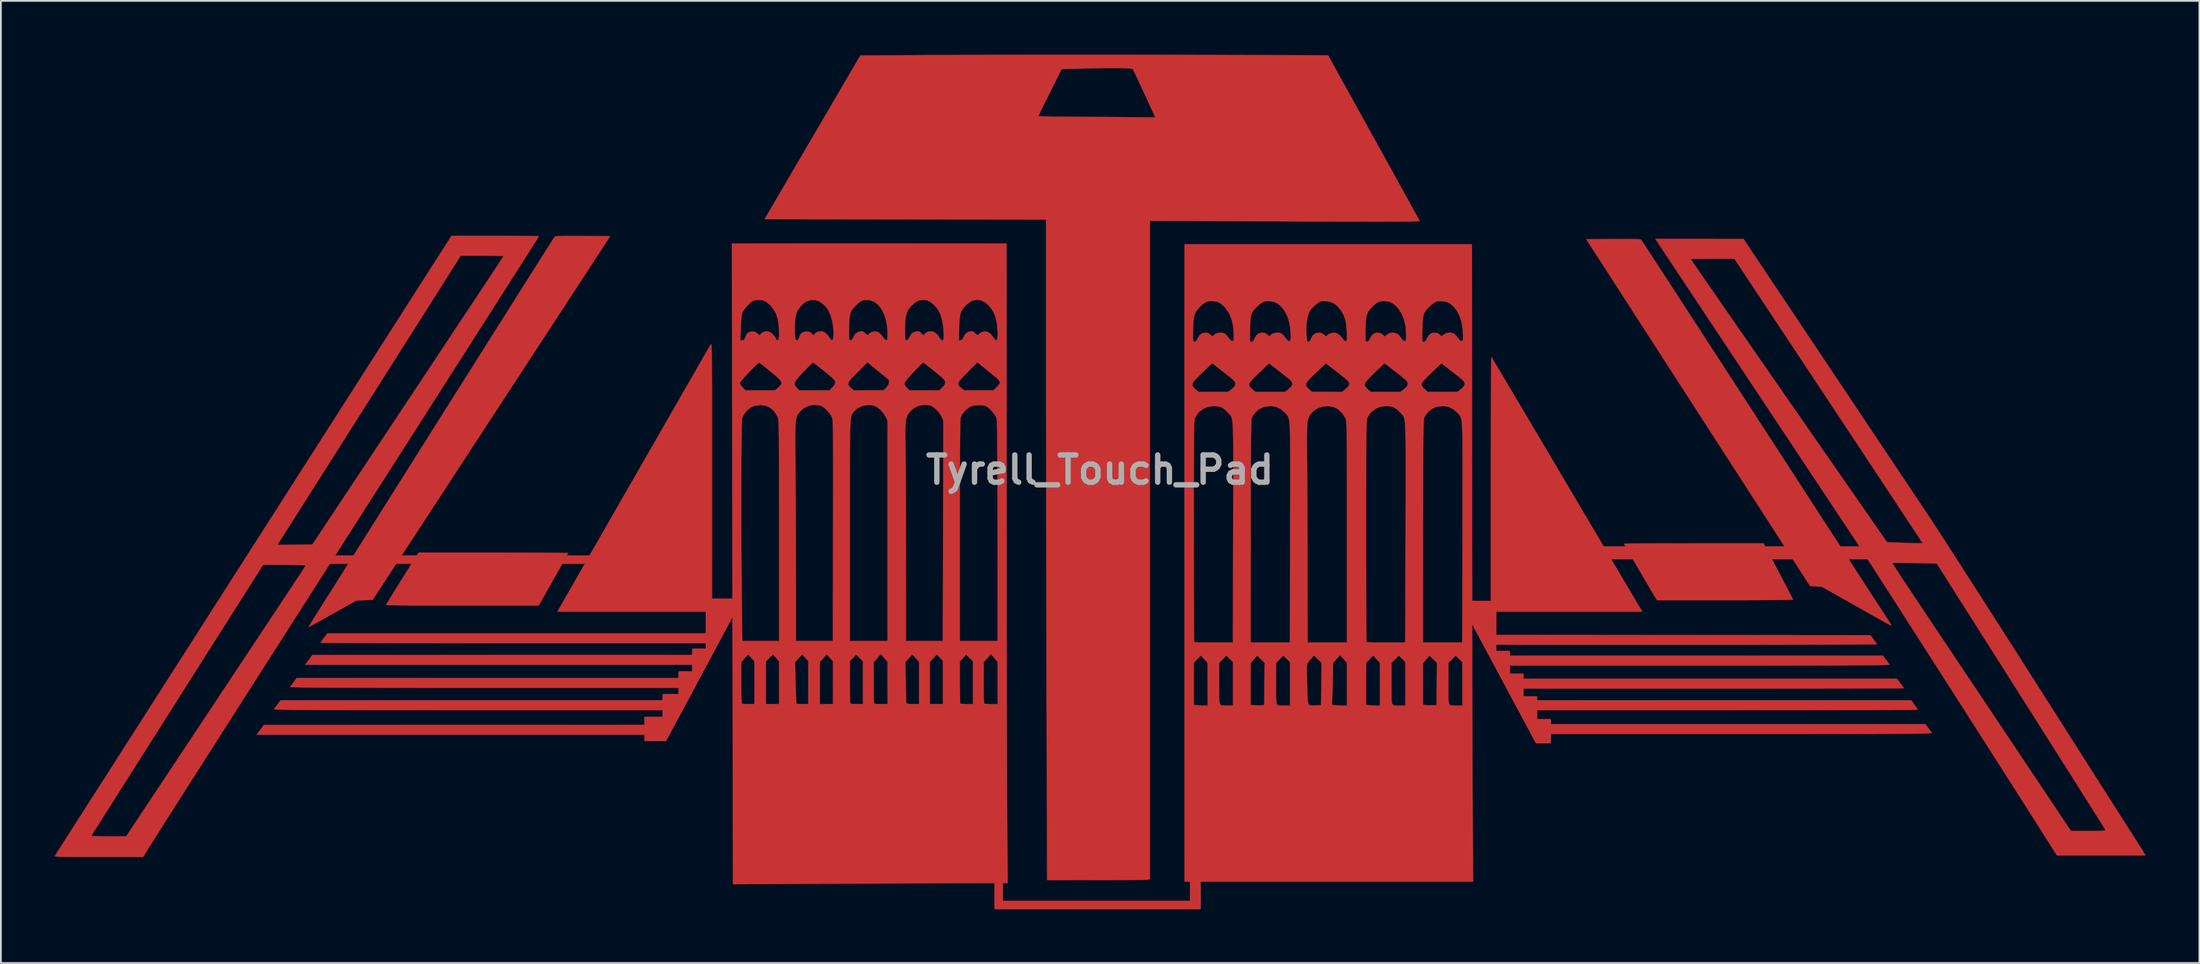
<source format=kicad_pcb>
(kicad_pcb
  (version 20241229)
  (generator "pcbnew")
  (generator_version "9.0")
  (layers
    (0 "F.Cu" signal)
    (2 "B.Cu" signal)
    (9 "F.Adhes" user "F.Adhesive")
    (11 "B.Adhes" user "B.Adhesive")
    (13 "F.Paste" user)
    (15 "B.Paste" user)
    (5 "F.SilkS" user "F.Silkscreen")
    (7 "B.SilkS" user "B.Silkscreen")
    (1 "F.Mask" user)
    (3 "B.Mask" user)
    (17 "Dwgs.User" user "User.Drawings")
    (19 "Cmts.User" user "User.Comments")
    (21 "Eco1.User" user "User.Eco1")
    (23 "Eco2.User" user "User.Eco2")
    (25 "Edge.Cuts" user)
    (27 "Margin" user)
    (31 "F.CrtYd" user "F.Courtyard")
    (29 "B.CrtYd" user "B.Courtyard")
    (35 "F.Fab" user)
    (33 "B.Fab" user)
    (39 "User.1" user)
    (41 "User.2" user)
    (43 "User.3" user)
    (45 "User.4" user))
  (footprint "Tyrell_Touch_Pad"
    (layer "F.Cu")
    (at 58.386 23.212)
    (property "Reference" "Tyrell_Touch_Pad" (at 0 0 0) (layer "F.Fab") (effects (font (size 1.524 1.524) (thickness 0.3))))
    (attr through_hole)
    (fp_poly (pts (xy -43.434 5.207) (xy -27.686 5.207) (xy -27.686 4.826) (xy -43.434 4.826)) (stroke (width 0.1) (type solid)) (fill yes) (layer "F.Cu"))
    (fp_poly (pts (xy 43.18 4.953) (xy 27.813 4.953) (xy 27.813 4.318) (xy 43.18 4.318)) (stroke (width 0.1) (type solid)) (fill yes) (layer "F.Cu"))
    (fp_poly (pts (xy -25.228 14.807) (xy -47.106 14.807) (xy -46.696 14.252) (xy -35.962 14.25) (xy -25.228 14.248) (xy -25.228 14.807)) (stroke (width 0.01) (type solid)) (fill yes) (layer "F.Cu"))
    (fp_poly (pts (xy -22.52 10.896) (xy -44.398 10.896) (xy -44.193 10.618) (xy -43.988 10.341) (xy -22.52 10.337) (xy -22.52 10.896)) (stroke (width 0.01) (type solid)) (fill yes) (layer "F.Cu"))
    (fp_poly (pts (xy -5.461 22.987) (xy -5.461 24.13) (xy 5.08 24.13) (xy 5.08 22.86) (xy 5.588 22.86) (xy 5.588 24.511) (xy -5.715 24.511) (xy -5.842 24.511) (xy -5.842 22.987)) (stroke (width 0.1) (type solid)) (fill yes) (layer "F.Cu"))
    (fp_poly (pts (xy -21.971 7.747) (xy -21.971 10.033) (xy -22.733 10.033) (xy -22.733 11.303) (xy -23.495 11.303) (xy -23.495 12.573) (xy -24.384 12.573) (xy -24.384 13.843) (xy -25.4 13.843) (xy -25.4 15.113) (xy -24.257 15.113) (xy -20.447 8.001) (xy -20.447 7.239) (xy -21.971 7.239) (xy -21.971 8.001) (xy -21.971 7.874)) (stroke (width 0.1) (type solid)) (fill yes) (layer "F.Cu"))
    (fp_poly (pts (xy 22.098 7.874) (xy 22.098 10.16) (xy 22.86 10.16) (xy 22.86 11.43) (xy 23.622 11.43) (xy 23.622 12.7) (xy 24.384 12.7) (xy 24.384 13.97) (xy 25.146 13.97) (xy 25.146 15.24) (xy 24.384 15.24) (xy 20.574 8.128) (xy 20.574 7.366) (xy 22.098 7.366) (xy 22.098 8.128) (xy 22.098 8.001)) (stroke (width 0.1) (type solid)) (fill yes) (layer "F.Cu"))
    (fp_poly (pts (xy -21.661 9.693) (xy -32.599 9.693) (xy -33.562 9.692) (xy -34.503 9.692) (xy -35.418 9.692) (xy -36.302 9.691) (xy -37.153 9.69) (xy -37.967 9.689) (xy -38.74 9.688) (xy -39.469 9.687) (xy -40.15 9.686) (xy -40.779 9.684) (xy -41.353 9.683) (xy -41.869 9.681) (xy -42.322 9.679) (xy -42.709 9.677) (xy -43.026 9.675) (xy -43.27 9.673) (xy -43.438 9.671) (xy -43.524 9.669) (xy -43.537 9.668) (xy -43.512 9.624) (xy -43.448 9.532) (xy -43.357 9.409) (xy -43.341 9.388) (xy -43.145 9.134) (xy -21.661 9.134) (xy -21.661 9.693)) (stroke (width 0.01) (type solid)) (fill yes) (layer "F.Cu"))
    (fp_poly (pts (xy 44.716 11.924) (xy 44.81 12.05) (xy 44.88 12.148) (xy 44.911 12.201) (xy 44.912 12.203) (xy 44.87 12.206) (xy 44.745 12.208) (xy 44.542 12.21) (xy 44.263 12.212) (xy 43.913 12.214) (xy 43.496 12.216) (xy 43.014 12.217) (xy 42.471 12.219) (xy 41.872 12.221) (xy 41.22 12.222) (xy 40.517 12.223) (xy 39.769 12.225) (xy 38.979 12.226) (xy 38.149 12.226) (xy 37.285 12.227) (xy 36.389 12.228) (xy 35.465 12.228) (xy 34.517 12.228) (xy 34.125 12.228) (xy 23.337 12.228) (xy 23.337 11.669) (xy 44.52 11.669) (xy 44.716 11.924)) (stroke (width 0.01) (type solid)) (fill yes) (layer "F.Cu"))
    (fp_poly (pts (xy 32.457 9.23) (xy 43.038 9.241) (xy 43.221 9.478) (xy 43.313 9.6) (xy 43.379 9.696) (xy 43.406 9.746) (xy 43.406 9.746) (xy 43.364 9.749) (xy 43.239 9.752) (xy 43.036 9.755) (xy 42.758 9.757) (xy 42.408 9.76) (xy 41.991 9.762) (xy 41.509 9.764) (xy 40.967 9.767) (xy 40.368 9.769) (xy 39.716 9.77) (xy 39.014 9.772) (xy 38.266 9.774) (xy 37.476 9.775) (xy 36.647 9.776) (xy 35.783 9.777) (xy 34.887 9.778) (xy 33.964 9.778) (xy 33.017 9.778) (xy 32.642 9.778) (xy 21.876 9.778) (xy 21.876 9.22) (xy 32.457 9.23)) (stroke (width 0.01) (type solid)) (fill yes) (layer "F.Cu"))
    (fp_poly (pts (xy 34.715 12.874) (xy 45.32 12.875) (xy 45.503 13.127) (xy 45.592 13.254) (xy 45.657 13.352) (xy 45.685 13.403) (xy 45.686 13.405) (xy 45.643 13.408) (xy 45.519 13.41) (xy 45.315 13.412) (xy 45.037 13.414) (xy 44.687 13.416) (xy 44.269 13.418) (xy 43.787 13.42) (xy 43.245 13.422) (xy 42.646 13.424) (xy 41.993 13.425) (xy 41.291 13.426) (xy 40.543 13.428) (xy 39.752 13.429) (xy 38.923 13.43) (xy 38.058 13.43) (xy 37.163 13.431) (xy 36.239 13.431) (xy 35.291 13.432) (xy 34.898 13.432) (xy 24.111 13.432) (xy 24.111 12.873) (xy 34.715 12.874)) (stroke (width 0.01) (type solid)) (fill yes) (layer "F.Cu"))
    (fp_poly (pts (xy -24.283 13.432) (xy -35.223 13.432) (xy -36.407 13.432) (xy -37.508 13.431) (xy -38.528 13.431) (xy -39.47 13.43) (xy -40.337 13.43) (xy -41.131 13.429) (xy -41.855 13.427) (xy -42.512 13.426) (xy -43.104 13.424) (xy -43.634 13.422) (xy -44.105 13.42) (xy -44.519 13.418) (xy -44.879 13.415) (xy -45.187 13.412) (xy -45.447 13.408) (xy -45.66 13.405) (xy -45.831 13.4) (xy -45.96 13.396) (xy -46.052 13.391) (xy -46.108 13.386) (xy -46.131 13.38) (xy -46.131 13.378) (xy -46.09 13.317) (xy -46.014 13.212) (xy -45.93 13.099) (xy -45.761 12.873) (xy -24.283 12.873) (xy -24.283 13.432)) (stroke (width 0.01) (type solid)) (fill yes) (layer "F.Cu"))
    (fp_poly (pts (xy -23.38 12.185) (xy -34.32 12.185) (xy -35.505 12.185) (xy -36.605 12.185) (xy -37.625 12.185) (xy -38.567 12.184) (xy -39.434 12.183) (xy -40.228 12.182) (xy -40.953 12.181) (xy -41.609 12.18) (xy -42.201 12.178) (xy -42.731 12.176) (xy -43.202 12.174) (xy -43.616 12.171) (xy -43.976 12.168) (xy -44.284 12.165) (xy -44.544 12.162) (xy -44.758 12.158) (xy -44.928 12.154) (xy -45.058 12.15) (xy -45.149 12.145) (xy -45.205 12.139) (xy -45.228 12.134) (xy -45.229 12.132) (xy -45.188 12.071) (xy -45.112 11.965) (xy -45.028 11.852) (xy -44.859 11.627) (xy -23.38 11.627) (xy -23.38 12.185)) (stroke (width 0.01) (type solid)) (fill yes) (layer "F.Cu"))
    (fp_poly (pts (xy 43.91 10.606) (xy 44.003 10.731) (xy 44.076 10.833) (xy 44.111 10.885) (xy 44.1 10.891) (xy 44.057 10.896) (xy 43.979 10.901) (xy 43.864 10.906) (xy 43.71 10.91) (xy 43.512 10.914) (xy 43.27 10.918) (xy 42.98 10.921) (xy 42.639 10.924) (xy 42.245 10.927) (xy 41.795 10.929) (xy 41.286 10.931) (xy 40.717 10.933) (xy 40.083 10.934) (xy 39.383 10.936) (xy 38.613 10.937) (xy 37.771 10.937) (xy 36.855 10.938) (xy 35.862 10.938) (xy 34.788 10.939) (xy 33.632 10.939) (xy 33.353 10.939) (xy 22.563 10.939) (xy 22.563 10.38) (xy 43.741 10.38) (xy 43.91 10.606)) (stroke (width 0.01) (type solid)) (fill yes) (layer "F.Cu"))
    (fp_poly (pts (xy 46.274 14.431) (xy 46.366 14.556) (xy 46.44 14.658) (xy 46.475 14.71) (xy 46.464 14.716) (xy 46.421 14.721) (xy 46.343 14.727) (xy 46.228 14.731) (xy 46.073 14.735) (xy 45.876 14.739) (xy 45.634 14.743) (xy 45.343 14.746) (xy 45.003 14.749) (xy 44.609 14.752) (xy 44.159 14.754) (xy 43.65 14.756) (xy 43.08 14.758) (xy 42.447 14.759) (xy 41.746 14.761) (xy 40.977 14.762) (xy 40.135 14.762) (xy 39.219 14.763) (xy 38.226 14.764) (xy 37.152 14.764) (xy 35.996 14.764) (xy 35.717 14.764) (xy 24.927 14.764) (xy 24.927 14.205) (xy 46.105 14.205) (xy 46.274 14.431)) (stroke (width 0.01) (type solid)) (fill yes) (layer "F.Cu"))
    (fp_poly (pts (xy -33.286 4.622) (xy -32.72 4.623) (xy -32.184 4.624) (xy -31.685 4.625) (xy -31.228 4.627) (xy -30.82 4.63) (xy -30.466 4.632) (xy -30.172 4.635) (xy -29.943 4.639) (xy -29.786 4.642) (xy -29.707 4.646) (xy -29.698 4.647) (xy -29.718 4.689) (xy -29.777 4.798) (xy -29.869 4.965) (xy -29.989 5.182) (xy -30.134 5.44) (xy -30.299 5.733) (xy -30.478 6.051) (xy -30.523 6.13) (xy -31.349 7.587) (xy -35.616 7.587) (xy -36.214 7.586) (xy -36.787 7.586) (xy -37.329 7.584) (xy -37.835 7.583) (xy -38.298 7.58) (xy -38.714 7.578) (xy -39.075 7.575) (xy -39.378 7.572) (xy -39.615 7.569) (xy -39.78 7.565) (xy -39.869 7.561) (xy -39.884 7.559) (xy -39.861 7.518) (xy -39.798 7.412) (xy -39.699 7.249) (xy -39.569 7.037) (xy -39.412 6.783) (xy -39.233 6.497) (xy -39.038 6.185) (xy -38.97 6.077) (xy -38.057 4.622) (xy -33.877 4.622) (xy -33.286 4.622)) (stroke (width 0.01) (type solid)) (fill yes) (layer "F.Cu"))
    (fp_poly (pts (xy 21.895 -6.274) (xy 21.961 -6.163) (xy 22.068 -5.985) (xy 22.211 -5.744) (xy 22.39 -5.444) (xy 22.601 -5.088) (xy 22.843 -4.679) (xy 23.114 -4.222) (xy 23.412 -3.72) (xy 23.734 -3.177) (xy 24.078 -2.595) (xy 24.442 -1.98) (xy 24.824 -1.334) (xy 25.221 -0.662) (xy 25.633 0.034) (xy 26.045 0.732) (xy 26.468 1.447) (xy 26.88 2.144) (xy 27.278 2.818) (xy 27.661 3.465) (xy 28.026 4.083) (xy 28.371 4.666) (xy 28.694 5.212) (xy 28.992 5.717) (xy 29.264 6.177) (xy 29.508 6.588) (xy 29.721 6.948) (xy 29.901 7.251) (xy 30.045 7.495) (xy 30.153 7.676) (xy 30.221 7.79) (xy 30.247 7.834) (xy 30.309 7.93) (xy 21.833 7.93) (xy 21.833 0.787) (xy 21.833 0.012) (xy 21.834 -0.74) (xy 21.835 -1.464) (xy 21.836 -2.154) (xy 21.838 -2.807) (xy 21.84 -3.419) (xy 21.842 -3.984) (xy 21.845 -4.499) (xy 21.848 -4.959) (xy 21.851 -5.359) (xy 21.854 -5.696) (xy 21.858 -5.964) (xy 21.861 -6.159) (xy 21.865 -6.278) (xy 21.869 -6.315) (xy 21.895 -6.274)) (stroke (width 0.01) (type solid)) (fill yes) (layer "F.Cu"))
    (fp_poly (pts (xy 37.897 5.666) (xy 38.075 6.004) (xy 38.24 6.317) (xy 38.388 6.599) (xy 38.514 6.841) (xy 38.614 7.035) (xy 38.684 7.173) (xy 38.719 7.247) (xy 38.723 7.257) (xy 38.681 7.261) (xy 38.559 7.265) (xy 38.364 7.269) (xy 38.101 7.273) (xy 37.776 7.276) (xy 37.396 7.279) (xy 36.967 7.281) (xy 36.495 7.283) (xy 35.985 7.285) (xy 35.445 7.285) (xy 34.921 7.286) (xy 31.118 7.286) (xy 31.057 7.189) (xy 31.012 7.114) (xy 30.932 6.98) (xy 30.824 6.796) (xy 30.691 6.571) (xy 30.541 6.315) (xy 30.379 6.037) (xy 30.209 5.747) (xy 30.038 5.455) (xy 29.872 5.168) (xy 29.715 4.899) (xy 29.573 4.654) (xy 29.452 4.445) (xy 29.357 4.281) (xy 29.294 4.17) (xy 29.268 4.123) (xy 29.268 4.122) (xy 29.31 4.12) (xy 29.432 4.117) (xy 29.628 4.115) (xy 29.891 4.113) (xy 30.217 4.111) (xy 30.598 4.11) (xy 31.029 4.108) (xy 31.503 4.107) (xy 32.016 4.106) (xy 32.559 4.106) (xy 33.129 4.105) (xy 33.17 4.105) (xy 37.071 4.105) (xy 37.897 5.666)) (stroke (width 0.01) (type solid)) (fill yes) (layer "F.Cu"))
    (fp_poly (pts (xy -21.716 -7.025) (xy -21.708 -7.008) (xy -21.701 -6.974) (xy -21.695 -6.918) (xy -21.689 -6.837) (xy -21.685 -6.727) (xy -21.68 -6.584) (xy -21.677 -6.406) (xy -21.674 -6.187) (xy -21.671 -5.925) (xy -21.669 -5.616) (xy -21.667 -5.255) (xy -21.665 -4.841) (xy -21.664 -4.367) (xy -21.663 -3.832) (xy -21.663 -3.231) (xy -21.662 -2.561) (xy -21.662 -1.818) (xy -21.662 -0.998) (xy -21.662 -0.098) (xy -21.662 0.399) (xy -21.661 7.93) (xy -30.303 7.93) (xy -30.251 7.834) (xy -30.223 7.783) (xy -30.154 7.661) (xy -30.047 7.475) (xy -29.905 7.226) (xy -29.731 6.921) (xy -29.526 6.564) (xy -29.294 6.158) (xy -29.037 5.708) (xy -28.757 5.219) (xy -28.457 4.695) (xy -28.139 4.141) (xy -27.806 3.56) (xy -27.461 2.957) (xy -27.105 2.337) (xy -26.742 1.703) (xy -26.374 1.061) (xy -26.003 0.415) (xy -25.632 -0.232) (xy -25.264 -0.874) (xy -24.901 -1.507) (xy -24.545 -2.128) (xy -24.199 -2.73) (xy -23.866 -3.311) (xy -23.548 -3.866) (xy -23.247 -4.39) (xy -22.966 -4.879) (xy -22.708 -5.328) (xy -22.475 -5.734) (xy -22.27 -6.092) (xy -22.094 -6.397) (xy -21.951 -6.645) (xy -21.844 -6.832) (xy -21.774 -6.953) (xy -21.744 -7.004) (xy -21.743 -7.004) (xy -21.733 -7.019) (xy -21.724 -7.027) (xy -21.716 -7.025)) (stroke (width 0.01) (type solid)) (fill yes) (layer "F.Cu"))
    (fp_poly (pts (xy 29.713 -12.905) (xy 29.92 -12.9) (xy 30.069 -12.893) (xy 30.167 -12.883) (xy 30.223 -12.87) (xy 30.238 -12.861) (xy 30.265 -12.821) (xy 30.337 -12.711) (xy 30.452 -12.535) (xy 30.608 -12.296) (xy 30.804 -11.996) (xy 31.038 -11.637) (xy 31.307 -11.224) (xy 31.61 -10.758) (xy 31.945 -10.243) (xy 32.31 -9.681) (xy 32.703 -9.075) (xy 33.123 -8.428) (xy 33.568 -7.743) (xy 34.036 -7.022) (xy 34.525 -6.269) (xy 35.032 -5.486) (xy 35.558 -4.677) (xy 36.098 -3.843) (xy 36.653 -2.988) (xy 37.198 -2.148) (xy 37.764 -1.275) (xy 38.318 -0.42) (xy 38.859 0.414) (xy 39.384 1.224) (xy 39.891 2.007) (xy 40.38 2.76) (xy 40.847 3.481) (xy 41.292 4.167) (xy 41.712 4.815) (xy 42.105 5.421) (xy 42.47 5.984) (xy 42.805 6.5) (xy 43.107 6.967) (xy 43.376 7.381) (xy 43.609 7.74) (xy 43.804 8.041) (xy 43.959 8.281) (xy 44.074 8.457) (xy 44.145 8.567) (xy 44.171 8.607) (xy 44.205 8.677) (xy 44.197 8.703) (xy 44.154 8.682) (xy 44.042 8.623) (xy 43.871 8.53) (xy 43.646 8.405) (xy 43.375 8.255) (xy 43.066 8.081) (xy 42.725 7.889) (xy 42.359 7.683) (xy 42.247 7.62) (xy 40.335 6.537) (xy 39.665 6.491) (xy 33.414 -3.201) (xy 27.164 -12.892) (xy 28.676 -12.904) (xy 29.098 -12.906) (xy 29.441 -12.907) (xy 29.713 -12.905)) (stroke (width 0.01) (type solid)) (fill yes) (layer "F.Cu"))
    (fp_poly (pts (xy -29.153 -13.077) (xy -28.875 -13.076) (xy -27.348 -13.064) (xy -33.983 -2.9) (xy -40.618 7.264) (xy -41.538 7.307) (xy -42.86 8.049) (xy -43.167 8.221) (xy -43.451 8.379) (xy -43.701 8.518) (xy -43.91 8.633) (xy -44.069 8.72) (xy -44.169 8.774) (xy -44.202 8.79) (xy -44.189 8.756) (xy -44.136 8.664) (xy -44.053 8.526) (xy -43.947 8.356) (xy -43.929 8.328) (xy -43.882 8.253) (xy -43.79 8.109) (xy -43.657 7.898) (xy -43.484 7.623) (xy -43.273 7.288) (xy -43.025 6.895) (xy -42.743 6.448) (xy -42.429 5.949) (xy -42.084 5.402) (xy -41.711 4.81) (xy -41.311 4.176) (xy -40.887 3.502) (xy -40.439 2.792) (xy -39.971 2.049) (xy -39.484 1.276) (xy -38.98 0.476) (xy -38.461 -0.348) (xy -37.929 -1.193) (xy -37.386 -2.055) (xy -37.07 -2.556) (xy -36.524 -3.423) (xy -35.99 -4.27) (xy -35.469 -5.097) (xy -34.964 -5.898) (xy -34.476 -6.672) (xy -34.006 -7.416) (xy -33.558 -8.127) (xy -33.132 -8.802) (xy -32.731 -9.438) (xy -32.356 -10.032) (xy -32.009 -10.581) (xy -31.692 -11.082) (xy -31.407 -11.533) (xy -31.156 -11.93) (xy -30.939 -12.271) (xy -30.761 -12.553) (xy -30.621 -12.773) (xy -30.522 -12.927) (xy -30.466 -13.014) (xy -30.454 -13.033) (xy -30.421 -13.048) (xy -30.349 -13.059) (xy -30.23 -13.068) (xy -30.059 -13.074) (xy -29.827 -13.078) (xy -29.527 -13.079) (xy -29.153 -13.077)) (stroke (width 0.01) (type solid)) (fill yes) (layer "F.Cu"))
    (fp_poly (pts (xy 0.003 -23.207) (xy 1.017 -23.206) (xy 2.022 -23.205) (xy 3.008 -23.203) (xy 3.966 -23.201) (xy 4.886 -23.198) (xy 5.094 -23.198) (xy 12.746 -23.173) (xy 15.302 -18.557) (xy 15.625 -17.973) (xy 15.936 -17.411) (xy 16.233 -16.873) (xy 16.514 -16.365) (xy 16.775 -15.892) (xy 17.015 -15.458) (xy 17.231 -15.068) (xy 17.419 -14.725) (xy 17.579 -14.436) (xy 17.706 -14.204) (xy 17.799 -14.034) (xy 17.856 -13.93) (xy 17.872 -13.898) (xy 17.832 -13.892) (xy 17.705 -13.887) (xy 17.493 -13.883) (xy 17.195 -13.879) (xy 16.812 -13.876) (xy 16.344 -13.874) (xy 15.791 -13.873) (xy 15.153 -13.873) (xy 14.43 -13.874) (xy 13.623 -13.875) (xy 12.731 -13.877) (xy 11.755 -13.88) (xy 10.695 -13.884) (xy 10.34 -13.886) (xy 2.794 -13.916) (xy 2.794 22.877) (xy 2.697 22.903) (xy 2.638 22.907) (xy 2.501 22.911) (xy 2.292 22.915) (xy 2.021 22.919) (xy 1.693 22.922) (xy 1.317 22.925) (xy 0.899 22.927) (xy 0.449 22.928) (xy -0.028 22.929) (xy -0.176 22.929) (xy -2.951 22.93) (xy -2.98 12.479) (xy -2.983 11.407) (xy -2.985 10.288) (xy -2.988 9.13) (xy -2.991 7.941) (xy -2.993 6.73) (xy -2.995 5.506) (xy -2.998 4.277) (xy -3 3.053) (xy -3.001 1.84) (xy -3.003 0.65) (xy -3.005 -0.511) (xy -3.006 -1.634) (xy -3.007 -2.709) (xy -3.008 -3.728) (xy -3.008 -4.684) (xy -3.008 -5.566) (xy -3.008 -5.98) (xy -3.008 -13.988) (xy -10.87 -13.999) (xy -18.731 -14.01) (xy -15.365 -19.769) (xy -3.438 -19.769) (xy -3.397 -19.765) (xy -3.278 -19.76) (xy -3.09 -19.755) (xy -2.843 -19.75) (xy -2.544 -19.746) (xy -2.202 -19.742) (xy -1.827 -19.739) (xy -1.536 -19.737) (xy -1.072 -19.734) (xy -0.575 -19.731) (xy -0.067 -19.727) (xy 0.434 -19.724) (xy 0.908 -19.721) (xy 1.337 -19.718) (xy 1.701 -19.715) (xy 1.729 -19.715) (xy 3.092 -19.704) (xy 2.95 -20.016) (xy 2.764 -20.422) (xy 2.585 -20.81) (xy 2.417 -21.173) (xy 2.264 -21.504) (xy 2.128 -21.794) (xy 2.014 -22.036) (xy 1.925 -22.224) (xy 1.864 -22.348) (xy 1.835 -22.401) (xy 1.835 -22.401) (xy 1.777 -22.42) (xy 1.639 -22.435) (xy 1.425 -22.446) (xy 1.141 -22.453) (xy 0.792 -22.456) (xy 0.383 -22.455) (xy -0.081 -22.449) (xy -0.594 -22.439) (xy -1.103 -22.427) (xy -2.135 -22.399) (xy -2.786 -21.094) (xy -2.941 -20.785) (xy -3.082 -20.501) (xy -3.205 -20.251) (xy -3.307 -20.044) (xy -3.383 -19.889) (xy -3.427 -19.794) (xy -3.438 -19.769) (xy -15.365 -19.769) (xy -13.38 -23.164) (xy -7.969 -23.193) (xy -7.3 -23.197) (xy -6.555 -23.199) (xy -5.743 -23.202) (xy -4.873 -23.204) (xy -3.956 -23.205) (xy -3 -23.206) (xy -2.015 -23.207) (xy -1.011 -23.207) (xy 0.003 -23.207)) (stroke (width 0.01) (type solid)) (fill yes) (layer "F.Cu"))
    (fp_poly (pts (xy -33.324 -13.085) (xy -32.902 -13.084) (xy -32.514 -13.082) (xy -32.167 -13.079) (xy -31.871 -13.076) (xy -31.632 -13.072) (xy -31.457 -13.068) (xy -31.355 -13.064) (xy -31.331 -13.06) (xy -31.338 -13.048) (xy -31.359 -13.013) (xy -31.395 -12.955) (xy -31.447 -12.872) (xy -31.515 -12.763) (xy -31.602 -12.626) (xy -31.707 -12.459) (xy -31.832 -12.263) (xy -31.977 -12.034) (xy -32.144 -11.772) (xy -32.333 -11.475) (xy -32.545 -11.141) (xy -32.781 -10.771) (xy -33.042 -10.361) (xy -33.329 -9.91) (xy -33.643 -9.418) (xy -33.985 -8.882) (xy -34.355 -8.302) (xy -34.755 -7.675) (xy -35.185 -7.001) (xy -35.646 -6.278) (xy -36.14 -5.504) (xy -36.667 -4.679) (xy -37.228 -3.8) (xy -37.823 -2.867) (xy -38.455 -1.877) (xy -39.123 -0.83) (xy -39.83 0.276) (xy -40.574 1.442) (xy -41.358 2.67) (xy -42.183 3.961) (xy -43.048 5.316) (xy -43.956 6.738) (xy -44.907 8.227) (xy -45.902 9.785) (xy -46.942 11.413) (xy -47.525 12.326) (xy -48.012 13.09) (xy -48.491 13.841) (xy -48.959 14.573) (xy -49.413 15.285) (xy -49.851 15.972) (xy -50.271 16.631) (xy -50.671 17.258) (xy -51.047 17.849) (xy -51.398 18.4) (xy -51.722 18.909) (xy -52.016 19.371) (xy -52.278 19.783) (xy -52.505 20.141) (xy -52.695 20.441) (xy -52.846 20.68) (xy -52.956 20.854) (xy -53.022 20.959) (xy -53.024 20.963) (xy -53.44 21.64) (xy -55.926 21.64) (xy -56.469 21.64) (xy -56.931 21.639) (xy -57.318 21.637) (xy -57.635 21.634) (xy -57.888 21.63) (xy -58.082 21.625) (xy -58.223 21.618) (xy -58.317 21.61) (xy -58.367 21.6) (xy -58.381 21.589) (xy -58.38 21.587) (xy -58.347 21.534) (xy -58.276 21.422) (xy -58.176 21.265) (xy -58.056 21.076) (xy -57.977 20.953) (xy -57.866 20.78) (xy -57.712 20.539) (xy -57.637 20.422) (xy -56.314 20.422) (xy -56.313 20.441) (xy -56.277 20.455) (xy -56.199 20.466) (xy -56.068 20.473) (xy -55.877 20.477) (xy -55.615 20.48) (xy -55.368 20.48) (xy -54.387 20.48) (xy -49.381 12.933) (xy -48.897 12.203) (xy -48.425 11.491) (xy -47.968 10.802) (xy -47.528 10.138) (xy -47.107 9.504) (xy -46.708 8.901) (xy -46.333 8.334) (xy -45.983 7.806) (xy -45.661 7.319) (xy -45.37 6.879) (xy -45.111 6.487) (xy -44.886 6.147) (xy -44.699 5.863) (xy -44.55 5.638) (xy -44.443 5.475) (xy -44.379 5.377) (xy -44.36 5.347) (xy -44.398 5.337) (xy -44.512 5.327) (xy -44.694 5.32) (xy -44.936 5.314) (xy -45.227 5.31) (xy -45.543 5.309) (xy -46.74 5.309) (xy -51.51 12.836) (xy -51.975 13.571) (xy -52.429 14.286) (xy -52.868 14.979) (xy -53.291 15.647) (xy -53.695 16.285) (xy -54.078 16.89) (xy -54.439 17.46) (xy -54.775 17.99) (xy -55.083 18.477) (xy -55.362 18.918) (xy -55.61 19.309) (xy -55.824 19.647) (xy -56.002 19.928) (xy -56.142 20.15) (xy -56.242 20.308) (xy -56.3 20.399) (xy -56.314 20.422) (xy -57.637 20.422) (xy -57.515 20.231) (xy -57.279 19.861) (xy -57.004 19.432) (xy -56.694 18.947) (xy -56.35 18.41) (xy -55.975 17.823) (xy -55.57 17.19) (xy -55.139 16.515) (xy -54.682 15.8) (xy -54.202 15.049) (xy -53.701 14.266) (xy -53.181 13.453) (xy -52.645 12.614) (xy -52.094 11.752) (xy -51.53 10.871) (xy -50.957 9.974) (xy -50.375 9.064) (xy -49.787 8.144) (xy -49.195 7.218) (xy -48.601 6.289) (xy -48.008 5.361) (xy -47.417 4.436) (xy -47.261 4.193) (xy -45.938 4.193) (xy -44.964 4.181) (xy -43.99 4.17) (xy -38.649 -3.881) (xy -38.149 -4.636) (xy -37.661 -5.371) (xy -37.188 -6.084) (xy -36.732 -6.772) (xy -36.296 -7.431) (xy -35.88 -8.058) (xy -35.487 -8.651) (xy -35.12 -9.205) (xy -34.781 -9.717) (xy -34.471 -10.186) (xy -34.193 -10.606) (xy -33.949 -10.975) (xy -33.741 -11.29) (xy -33.571 -11.548) (xy -33.442 -11.744) (xy -33.355 -11.877) (xy -33.312 -11.943) (xy -33.308 -11.95) (xy -33.349 -11.955) (xy -33.465 -11.959) (xy -33.646 -11.963) (xy -33.879 -11.966) (xy -34.155 -11.968) (xy -34.463 -11.968) (xy -34.507 -11.968) (xy -35.706 -11.968) (xy -35.79 -11.829) (xy -35.821 -11.78) (xy -35.895 -11.661) (xy -36.012 -11.477) (xy -36.168 -11.23) (xy -36.361 -10.924) (xy -36.59 -10.562) (xy -36.852 -10.148) (xy -37.145 -9.685) (xy -37.467 -9.176) (xy -37.816 -8.625) (xy -38.19 -8.035) (xy -38.587 -7.409) (xy -39.003 -6.751) (xy -39.438 -6.064) (xy -39.89 -5.351) (xy -40.355 -4.617) (xy -40.833 -3.863) (xy -40.906 -3.748) (xy -45.938 4.193) (xy -47.261 4.193) (xy -46.83 3.519) (xy -46.25 2.611) (xy -45.679 1.718) (xy -45.118 0.841) (xy -44.571 -0.016) (xy -44.038 -0.848) (xy -43.523 -1.654) (xy -43.027 -2.43) (xy -42.553 -3.173) (xy -42.102 -3.878) (xy -41.676 -4.544) (xy -41.676 -4.544) (xy -36.216 -13.086) (xy -33.774 -13.086) (xy -33.324 -13.085)) (stroke (width 0.01) (type solid)) (fill yes) (layer "F.Cu"))
    (fp_poly (pts (xy 33.486 -12.913) (xy 35.951 -12.911) (xy 40.636 -5.898) (xy 41.122 -5.169) (xy 41.606 -4.446) (xy 42.083 -3.731) (xy 42.551 -3.03) (xy 43.007 -2.347) (xy 43.448 -1.687) (xy 43.871 -1.054) (xy 44.273 -0.452) (xy 44.651 0.113) (xy 45.002 0.638) (xy 45.322 1.118) (xy 45.61 1.549) (xy 45.861 1.925) (xy 46.073 2.242) (xy 46.243 2.497) (xy 46.355 2.664) (xy 46.479 2.852) (xy 46.647 3.108) (xy 46.855 3.429) (xy 47.102 3.809) (xy 47.383 4.245) (xy 47.697 4.733) (xy 48.041 5.268) (xy 48.413 5.846) (xy 48.808 6.463) (xy 49.226 7.115) (xy 49.662 7.797) (xy 50.115 8.506) (xy 50.582 9.236) (xy 51.06 9.985) (xy 51.545 10.747) (xy 52.037 11.519) (xy 52.42 12.121) (xy 52.905 12.883) (xy 53.381 13.631) (xy 53.846 14.362) (xy 54.297 15.072) (xy 54.733 15.757) (xy 55.151 16.413) (xy 55.548 17.037) (xy 55.923 17.626) (xy 56.272 18.175) (xy 56.594 18.681) (xy 56.886 19.14) (xy 57.146 19.548) (xy 57.372 19.902) (xy 57.561 20.199) (xy 57.711 20.433) (xy 57.819 20.603) (xy 57.883 20.703) (xy 58.023 20.923) (xy 58.15 21.122) (xy 58.254 21.288) (xy 58.328 21.408) (xy 58.363 21.466) (xy 58.41 21.554) (xy 53.463 21.554) (xy 53.228 21.19) (xy 53.117 21.017) (xy 52.976 20.796) (xy 52.823 20.554) (xy 52.672 20.314) (xy 52.635 20.256) (xy 52.494 20.031) (xy 52.312 19.744) (xy 52.094 19.4) (xy 51.841 19.001) (xy 51.556 18.553) (xy 51.242 18.061) (xy 50.903 17.528) (xy 50.54 16.958) (xy 50.156 16.357) (xy 49.755 15.729) (xy 49.34 15.078) (xy 48.912 14.407) (xy 48.474 13.723) (xy 48.031 13.029) (xy 47.583 12.329) (xy 47.135 11.628) (xy 46.689 10.931) (xy 46.247 10.241) (xy 45.813 9.563) (xy 45.389 8.901) (xy 44.979 8.26) (xy 44.584 7.644) (xy 44.208 7.058) (xy 43.854 6.505) (xy 43.523 5.991) (xy 43.22 5.52) (xy 43.021 5.21) (xy 44.27 5.21) (xy 44.274 5.221) (xy 44.284 5.241) (xy 44.302 5.272) (xy 44.33 5.318) (xy 44.369 5.38) (xy 44.422 5.462) (xy 44.489 5.566) (xy 44.574 5.695) (xy 44.676 5.852) (xy 44.799 6.038) (xy 44.944 6.257) (xy 45.113 6.511) (xy 45.307 6.803) (xy 45.528 7.136) (xy 45.779 7.511) (xy 46.06 7.933) (xy 46.374 8.403) (xy 46.721 8.924) (xy 47.105 9.499) (xy 47.527 10.13) (xy 47.987 10.82) (xy 48.49 11.571) (xy 49.035 12.387) (xy 49.625 13.27) (xy 50.099 13.98) (xy 54.242 20.179) (xy 55.212 20.179) (xy 55.525 20.179) (xy 55.761 20.177) (xy 55.932 20.173) (xy 56.048 20.166) (xy 56.117 20.156) (xy 56.15 20.141) (xy 56.157 20.121) (xy 56.153 20.105) (xy 56.127 20.062) (xy 56.058 19.95) (xy 55.947 19.772) (xy 55.796 19.531) (xy 55.608 19.233) (xy 55.385 18.878) (xy 55.129 18.472) (xy 54.842 18.018) (xy 54.527 17.518) (xy 54.185 16.977) (xy 53.818 16.398) (xy 53.43 15.784) (xy 53.022 15.139) (xy 52.596 14.466) (xy 52.154 13.769) (xy 51.699 13.051) (xy 51.434 12.633) (xy 46.744 5.235) (xy 45.516 5.212) (xy 45.2 5.206) (xy 44.913 5.202) (xy 44.666 5.2) (xy 44.47 5.199) (xy 44.335 5.201) (xy 44.274 5.204) (xy 44.271 5.205) (xy 44.27 5.21) (xy 43.021 5.21) (xy 42.947 5.095) (xy 42.707 4.722) (xy 42.502 4.405) (xy 42.336 4.147) (xy 42.21 3.955) (xy 42.14 3.847) (xy 42.03 3.682) (xy 41.876 3.45) (xy 41.68 3.153) (xy 41.444 2.798) (xy 41.171 2.387) (xy 40.865 1.925) (xy 40.527 1.416) (xy 40.161 0.863) (xy 39.768 0.272) (xy 39.353 -0.354) (xy 38.917 -1.011) (xy 38.464 -1.695) (xy 37.995 -2.401) (xy 37.514 -3.126) (xy 37.024 -3.865) (xy 36.526 -4.615) (xy 36.21 -5.092) (xy 35.722 -5.827) (xy 35.246 -6.544) (xy 34.785 -7.239) (xy 34.341 -7.909) (xy 33.915 -8.551) (xy 33.51 -9.161) (xy 33.129 -9.735) (xy 32.773 -10.272) (xy 32.445 -10.766) (xy 32.147 -11.216) (xy 31.881 -11.617) (xy 31.776 -11.775) (xy 33.007 -11.775) (xy 33.031 -11.738) (xy 33.102 -11.634) (xy 33.218 -11.466) (xy 33.376 -11.236) (xy 33.574 -10.949) (xy 33.811 -10.606) (xy 34.083 -10.213) (xy 34.389 -9.77) (xy 34.726 -9.283) (xy 35.093 -8.753) (xy 35.486 -8.185) (xy 35.905 -7.581) (xy 36.346 -6.944) (xy 36.808 -6.278) (xy 37.288 -5.586) (xy 37.784 -4.87) (xy 38.294 -4.135) (xy 38.487 -3.856) (xy 43.967 4.041) (xy 44.622 4.064) (xy 45.002 4.077) (xy 45.304 4.087) (xy 45.537 4.094) (xy 45.708 4.097) (xy 45.826 4.097) (xy 45.899 4.095) (xy 45.935 4.09) (xy 45.943 4.083) (xy 45.92 4.046) (xy 45.851 3.94) (xy 45.739 3.769) (xy 45.586 3.536) (xy 45.395 3.245) (xy 45.166 2.898) (xy 44.902 2.498) (xy 44.607 2.05) (xy 44.28 1.556) (xy 43.926 1.019) (xy 43.545 0.443) (xy 43.141 -0.169) (xy 42.714 -0.814) (xy 42.268 -1.488) (xy 41.804 -2.189) (xy 41.325 -2.913) (xy 40.833 -3.656) (xy 40.693 -3.868) (xy 35.442 -11.796) (xy 34.225 -11.796) (xy 33.911 -11.796) (xy 33.628 -11.794) (xy 33.385 -11.791) (xy 33.193 -11.786) (xy 33.064 -11.782) (xy 33.009 -11.776) (xy 33.007 -11.775) (xy 31.776 -11.775) (xy 31.649 -11.966) (xy 31.454 -12.26) (xy 31.298 -12.495) (xy 31.183 -12.669) (xy 31.111 -12.778) (xy 31.084 -12.817) (xy 31.02 -12.914) (xy 33.486 -12.913)) (stroke (width 0.01) (type solid)) (fill yes) (layer "F.Cu"))
    (fp_poly (pts (xy -13.003 -12.658) (xy -12.283 -12.658) (xy -11.567 -12.658) (xy -10.862 -12.658) (xy -10.176 -12.657) (xy -9.516 -12.657) (xy -8.89 -12.657) (xy -8.305 -12.657) (xy -7.769 -12.657) (xy -7.289 -12.657) (xy -6.872 -12.657) (xy -6.698 -12.657) (xy -5.208 -12.656) (xy -5.205 2.225) (xy -5.205 3.385) (xy -5.204 4.54) (xy -5.203 5.685) (xy -5.203 6.816) (xy -5.202 7.929) (xy -5.201 9.02) (xy -5.199 10.086) (xy -5.198 11.122) (xy -5.197 12.124) (xy -5.195 13.088) (xy -5.194 14.011) (xy -5.192 14.888) (xy -5.19 15.716) (xy -5.188 16.49) (xy -5.186 17.206) (xy -5.184 17.861) (xy -5.182 18.45) (xy -5.18 18.97) (xy -5.178 19.416) (xy -5.175 19.785) (xy -5.173 20.073) (xy -5.173 20.104) (xy -5.144 23.102) (xy -6.773 23.102) (xy -7.016 23.102) (xy -7.338 23.103) (xy -7.733 23.104) (xy -8.193 23.105) (xy -8.712 23.107) (xy -9.284 23.109) (xy -9.901 23.111) (xy -10.556 23.113) (xy -11.244 23.116) (xy -11.956 23.119) (xy -12.688 23.122) (xy -13.43 23.126) (xy -14.178 23.129) (xy -14.451 23.13) (xy -20.501 23.159) (xy -20.501 22.625) (xy -20.501 22.545) (xy -20.501 22.382) (xy -20.501 22.138) (xy -20.502 21.818) (xy -20.502 21.424) (xy -20.503 20.958) (xy -20.504 20.425) (xy -20.505 19.826) (xy -20.506 19.166) (xy -20.507 18.446) (xy -20.508 17.67) (xy -20.509 16.841) (xy -20.511 15.962) (xy -20.512 15.035) (xy -20.514 14.064) (xy -20.516 13.052) (xy -20.517 12.002) (xy -20.519 10.916) (xy -20.519 10.743) (xy -20.028 10.743) (xy -20.028 11.887) (xy -20.027 12.192) (xy -20.024 12.469) (xy -20.019 12.705) (xy -20.013 12.89) (xy -20.007 13.012) (xy -19.999 13.059) (xy -19.945 13.073) (xy -19.828 13.083) (xy -19.672 13.088) (xy -19.634 13.088) (xy -19.297 13.088) (xy -19.299 11.895) (xy -19.301 10.702) (xy -19.304 10.699) (xy -18.652 10.699) (xy -18.652 13.088) (xy -17.922 13.088) (xy -17.923 11.895) (xy -17.924 10.745) (xy -17.023 10.745) (xy -16.995 11.884) (xy -16.987 12.189) (xy -16.978 12.466) (xy -16.97 12.702) (xy -16.961 12.887) (xy -16.954 13.009) (xy -16.948 13.056) (xy -16.898 13.071) (xy -16.786 13.083) (xy -16.633 13.088) (xy -16.608 13.088) (xy -16.289 13.088) (xy -16.289 10.743) (xy -15.644 10.743) (xy -15.644 13.088) (xy -14.913 13.088) (xy -14.913 11.866) (xy -13.967 11.866) (xy -13.966 12.175) (xy -13.963 12.454) (xy -13.959 12.694) (xy -13.954 12.882) (xy -13.947 13.008) (xy -13.939 13.059) (xy -13.939 13.059) (xy -13.885 13.073) (xy -13.769 13.083) (xy -13.612 13.088) (xy -13.574 13.088) (xy -13.237 13.088) (xy -13.237 10.759) (xy -12.636 10.759) (xy -12.636 11.895) (xy -12.634 12.199) (xy -12.632 12.475) (xy -12.627 12.71) (xy -12.621 12.894) (xy -12.614 13.014) (xy -12.607 13.059) (xy -12.553 13.072) (xy -12.436 13.082) (xy -12.277 13.087) (xy -12.22 13.088) (xy -11.862 13.088) (xy -11.862 10.745) (xy -10.863 10.745) (xy -10.843 11.863) (xy -10.838 12.166) (xy -10.831 12.442) (xy -10.824 12.679) (xy -10.818 12.865) (xy -10.812 12.988) (xy -10.807 13.034) (xy -10.761 13.065) (xy -10.641 13.082) (xy -10.445 13.088) (xy -10.1 13.088) (xy -10.1 10.743) (xy -9.498 10.743) (xy -9.498 13.088) (xy -8.768 13.088) (xy -8.768 11.866) (xy -7.821 11.866) (xy -7.82 12.175) (xy -7.818 12.454) (xy -7.813 12.694) (xy -7.808 12.882) (xy -7.801 13.008) (xy -7.794 13.059) (xy -7.793 13.059) (xy -7.74 13.073) (xy -7.623 13.083) (xy -7.466 13.088) (xy -7.428 13.088) (xy -7.091 13.088) (xy -7.091 11.888) (xy -6.488 11.888) (xy -6.487 12.193) (xy -6.485 12.47) (xy -6.481 12.706) (xy -6.475 12.891) (xy -6.468 13.012) (xy -6.461 13.059) (xy -6.408 13.072) (xy -6.29 13.082) (xy -6.131 13.087) (xy -6.074 13.088) (xy -5.716 13.088) (xy -5.716 10.733) (xy -5.899 10.515) (xy -6.081 10.297) (xy -6.486 10.745) (xy -6.488 11.888) (xy -7.091 11.888) (xy -7.091 10.699) (xy -7.28 10.514) (xy -7.468 10.329) (xy -7.644 10.516) (xy -7.82 10.702) (xy -7.821 11.866) (xy -8.768 11.866) (xy -8.768 10.678) (xy -8.941 10.497) (xy -9.114 10.316) (xy -9.306 10.529) (xy -9.498 10.743) (xy -10.1 10.743) (xy -10.1 10.732) (xy -10.29 10.524) (xy -10.481 10.316) (xy -10.672 10.531) (xy -10.863 10.745) (xy -11.862 10.745) (xy -11.862 10.727) (xy -12.052 10.513) (xy -12.242 10.299) (xy -12.636 10.759) (xy -13.237 10.759) (xy -13.237 10.699) (xy -13.425 10.514) (xy -13.614 10.329) (xy -13.79 10.516) (xy -13.966 10.702) (xy -13.967 11.866) (xy -14.913 11.866) (xy -14.913 10.692) (xy -15.258 10.316) (xy -15.451 10.529) (xy -15.644 10.743) (xy -16.289 10.743) (xy -16.289 10.678) (xy -16.46 10.497) (xy -16.632 10.316) (xy -16.827 10.531) (xy -17.023 10.745) (xy -17.924 10.745) (xy -17.924 10.702) (xy -18.26 10.316) (xy -18.456 10.507) (xy -18.652 10.699) (xy -19.304 10.699) (xy -19.473 10.509) (xy -19.646 10.316) (xy -19.837 10.529) (xy -20.028 10.743) (xy -20.519 10.743) (xy -20.521 9.799) (xy -20.523 8.651) (xy -20.525 7.478) (xy -20.527 6.281) (xy -20.529 5.063) (xy -20.529 4.718) (xy -20.534 1.969) (xy -20.028 1.969) (xy -20.028 2.609) (xy -20.027 3.257) (xy -20.025 3.907) (xy -20.022 4.554) (xy -20.018 5.192) (xy -20.014 5.815) (xy -20.009 6.416) (xy -20.003 6.99) (xy -19.999 7.3) (xy -19.971 9.564) (xy -17.922 9.564) (xy -17.923 3.385) (xy -17.923 2.534) (xy -17.923 1.764) (xy -17.924 1.071) (xy -17.924 0.452) (xy -17.925 -0.099) (xy -17.926 -0.584) (xy -17.928 -1.01) (xy -17.93 -1.379) (xy -17.932 -1.631) (xy -17.014 -1.631) (xy -17.012 -1.23) (xy -17.009 -0.757) (xy -17.003 -0.205) (xy -17.003 -0.201) (xy -16.999 0.246) (xy -16.996 0.766) (xy -16.992 1.345) (xy -16.989 1.97) (xy -16.986 2.629) (xy -16.984 3.307) (xy -16.981 3.993) (xy -16.98 4.672) (xy -16.979 5.332) (xy -16.978 5.9) (xy -16.976 9.564) (xy -14.919 9.564) (xy -14.906 3.428) (xy -14.904 2.564) (xy -14.902 1.782) (xy -14.902 1.448) (xy -13.968 1.448) (xy -13.968 2.196) (xy -13.968 3.025) (xy -13.968 3.373) (xy -13.968 9.564) (xy -11.862 9.564) (xy -11.862 -2.098) (xy -10.866 -2.098) (xy -10.864 -1.759) (xy -10.859 -1.347) (xy -10.857 -1.25) (xy -10.854 -1.015) (xy -10.851 -0.702) (xy -10.848 -0.318) (xy -10.845 0.128) (xy -10.843 0.628) (xy -10.84 1.175) (xy -10.838 1.761) (xy -10.837 2.378) (xy -10.835 3.018) (xy -10.834 3.674) (xy -10.833 4.336) (xy -10.833 4.847) (xy -10.83 9.564) (xy -8.773 9.564) (xy -8.759 3.378) (xy -7.822 3.378) (xy -7.822 9.564) (xy -5.716 9.564) (xy -5.719 3.407) (xy -5.72 2.499) (xy -5.721 1.673) (xy -5.722 0.928) (xy -5.724 0.259) (xy -5.726 -0.336) (xy -5.729 -0.86) (xy -5.732 -1.317) (xy -5.736 -1.708) (xy -5.74 -2.039) (xy -5.744 -2.31) (xy -5.75 -2.526) (xy -5.755 -2.689) (xy -5.762 -2.803) (xy -5.769 -2.871) (xy -5.773 -2.889) (xy -5.857 -3.052) (xy -5.988 -3.231) (xy -6.141 -3.397) (xy -6.275 -3.507) (xy -6.367 -3.561) (xy -6.466 -3.592) (xy -6.599 -3.606) (xy -6.769 -3.609) (xy -6.958 -3.604) (xy -7.093 -3.586) (xy -7.204 -3.549) (xy -7.31 -3.493) (xy -7.515 -3.33) (xy -7.686 -3.112) (xy -7.777 -2.929) (xy -7.784 -2.873) (xy -7.79 -2.743) (xy -7.796 -2.538) (xy -7.801 -2.257) (xy -7.806 -1.899) (xy -7.81 -1.463) (xy -7.813 -0.949) (xy -7.816 -0.354) (xy -7.819 0.323) (xy -7.82 1.081) (xy -7.821 1.923) (xy -7.822 2.849) (xy -7.822 3.378) (xy -8.759 3.378) (xy -8.745 -2.75) (xy -8.844 -2.973) (xy -8.945 -3.145) (xy -9.085 -3.315) (xy -9.244 -3.462) (xy -9.401 -3.566) (xy -9.502 -3.603) (xy -9.824 -3.631) (xy -10.119 -3.582) (xy -10.377 -3.457) (xy -10.561 -3.297) (xy -10.643 -3.203) (xy -10.71 -3.113) (xy -10.762 -3.016) (xy -10.802 -2.903) (xy -10.831 -2.764) (xy -10.851 -2.59) (xy -10.862 -2.371) (xy -10.866 -2.098) (xy -11.862 -2.098) (xy -11.862 -2.754) (xy -11.973 -2.977) (xy -12.107 -3.188) (xy -12.278 -3.374) (xy -12.466 -3.518) (xy -12.652 -3.601) (xy -12.702 -3.612) (xy -12.999 -3.622) (xy -13.277 -3.569) (xy -13.519 -3.456) (xy -13.709 -3.29) (xy -13.726 -3.268) (xy -13.759 -3.227) (xy -13.789 -3.191) (xy -13.816 -3.155) (xy -13.84 -3.116) (xy -13.861 -3.07) (xy -13.88 -3.011) (xy -13.897 -2.936) (xy -13.911 -2.841) (xy -13.923 -2.721) (xy -13.933 -2.572) (xy -13.942 -2.39) (xy -13.949 -2.17) (xy -13.955 -1.909) (xy -13.959 -1.601) (xy -13.963 -1.244) (xy -13.965 -0.831) (xy -13.967 -0.36) (xy -13.968 0.174) (xy -13.968 0.775) (xy -13.968 1.448) (xy -14.902 1.448) (xy -14.901 1.078) (xy -14.901 0.447) (xy -14.901 -0.114) (xy -14.901 -0.609) (xy -14.902 -1.043) (xy -14.904 -1.42) (xy -14.906 -1.743) (xy -14.909 -2.016) (xy -14.913 -2.244) (xy -14.917 -2.432) (xy -14.922 -2.582) (xy -14.928 -2.699) (xy -14.935 -2.786) (xy -14.942 -2.849) (xy -14.951 -2.892) (xy -14.953 -2.9) (xy -15.027 -3.053) (xy -15.148 -3.219) (xy -15.296 -3.377) (xy -15.45 -3.506) (xy -15.592 -3.588) (xy -15.639 -3.602) (xy -15.966 -3.631) (xy -16.262 -3.583) (xy -16.522 -3.458) (xy -16.709 -3.296) (xy -16.774 -3.224) (xy -16.829 -3.158) (xy -16.876 -3.089) (xy -16.914 -3.012) (xy -16.945 -2.919) (xy -16.969 -2.802) (xy -16.988 -2.656) (xy -17.001 -2.473) (xy -17.009 -2.245) (xy -17.013 -1.967) (xy -17.014 -1.631) (xy -17.932 -1.631) (xy -17.932 -1.696) (xy -17.935 -1.965) (xy -17.939 -2.191) (xy -17.943 -2.378) (xy -17.947 -2.53) (xy -17.953 -2.651) (xy -17.959 -2.746) (xy -17.967 -2.818) (xy -17.975 -2.873) (xy -17.984 -2.913) (xy -17.994 -2.945) (xy -18.003 -2.967) (xy -18.168 -3.242) (xy -18.378 -3.445) (xy -18.626 -3.573) (xy -18.908 -3.623) (xy -19.219 -3.594) (xy -19.33 -3.565) (xy -19.53 -3.468) (xy -19.719 -3.309) (xy -19.874 -3.113) (xy -19.973 -2.904) (xy -19.981 -2.875) (xy -19.989 -2.802) (xy -19.996 -2.649) (xy -20.002 -2.422) (xy -20.007 -2.127) (xy -20.012 -1.77) (xy -20.017 -1.357) (xy -20.02 -0.893) (xy -20.023 -0.385) (xy -20.026 0.161) (xy -20.027 0.739) (xy -20.028 1.344) (xy -20.028 1.969) (xy -20.534 1.969) (xy -20.545 -4.854) (xy -20.114 -4.854) (xy -20.085 -4.778) (xy -20.012 -4.675) (xy -19.955 -4.61) (xy -19.795 -4.447) (xy -18.152 -4.447) (xy -17.973 -4.601) (xy -17.871 -4.694) (xy -17.809 -4.773) (xy -17.051 -4.773) (xy -17.015 -4.695) (xy -16.946 -4.611) (xy -16.925 -4.589) (xy -16.788 -4.447) (xy -15.11 -4.447) (xy -14.947 -4.606) (xy -14.839 -4.731) (xy -14.82 -4.775) (xy -14.051 -4.775) (xy -14.016 -4.699) (xy -13.945 -4.62) (xy -13.902 -4.581) (xy -13.75 -4.447) (xy -12.098 -4.45) (xy -11.937 -4.599) (xy -11.823 -4.741) (xy -11.792 -4.829) (xy -10.916 -4.829) (xy -10.888 -4.739) (xy -10.815 -4.629) (xy -10.779 -4.589) (xy -10.642 -4.447) (xy -8.965 -4.447) (xy -8.802 -4.606) (xy -8.692 -4.732) (xy -8.674 -4.774) (xy -7.905 -4.774) (xy -7.869 -4.699) (xy -7.796 -4.623) (xy -7.747 -4.582) (xy -7.586 -4.45) (xy -5.952 -4.448) (xy -5.77 -4.618) (xy -5.651 -4.748) (xy -5.592 -4.858) (xy -5.587 -4.888) (xy -5.627 -4.991) (xy -5.744 -5.117) (xy -5.77 -5.139) (xy -5.875 -5.225) (xy -6.026 -5.348) (xy -6.204 -5.494) (xy -6.389 -5.645) (xy -6.395 -5.65) (xy -6.838 -6.01) (xy -7.373 -5.477) (xy -7.588 -5.259) (xy -7.745 -5.09) (xy -7.847 -4.959) (xy -7.899 -4.858) (xy -7.905 -4.774) (xy -8.674 -4.774) (xy -8.645 -4.843) (xy -8.641 -4.897) (xy -8.648 -4.949) (xy -8.675 -5.005) (xy -8.73 -5.073) (xy -8.822 -5.163) (xy -8.961 -5.283) (xy -9.156 -5.443) (xy -9.239 -5.511) (xy -9.433 -5.667) (xy -9.605 -5.801) (xy -9.744 -5.907) (xy -9.838 -5.974) (xy -9.875 -5.994) (xy -9.916 -5.965) (xy -10.005 -5.882) (xy -10.132 -5.756) (xy -10.285 -5.599) (xy -10.416 -5.461) (xy -10.634 -5.223) (xy -10.789 -5.04) (xy -10.883 -4.91) (xy -10.916 -4.833) (xy -10.916 -4.829) (xy -11.792 -4.829) (xy -11.772 -4.884) (xy -11.788 -5.012) (xy -11.859 -5.097) (xy -11.92 -5.144) (xy -12.034 -5.235) (xy -12.187 -5.358) (xy -12.365 -5.502) (xy -12.464 -5.583) (xy -12.985 -6.009) (xy -13.519 -5.476) (xy -13.734 -5.259) (xy -13.89 -5.091) (xy -13.992 -4.96) (xy -14.044 -4.859) (xy -14.051 -4.775) (xy -14.82 -4.775) (xy -14.792 -4.84) (xy -14.787 -4.897) (xy -14.795 -4.95) (xy -14.822 -5.006) (xy -14.878 -5.074) (xy -14.972 -5.164) (xy -15.112 -5.286) (xy -15.308 -5.447) (xy -15.387 -5.511) (xy -15.581 -5.667) (xy -15.753 -5.802) (xy -15.893 -5.907) (xy -15.988 -5.974) (xy -16.025 -5.994) (xy -16.067 -5.965) (xy -16.157 -5.882) (xy -16.284 -5.757) (xy -16.438 -5.6) (xy -16.564 -5.468) (xy -16.766 -5.252) (xy -16.91 -5.086) (xy -17.003 -4.958) (xy -17.049 -4.857) (xy -17.051 -4.773) (xy -17.809 -4.773) (xy -17.807 -4.775) (xy -17.785 -4.855) (xy -17.81 -4.942) (xy -17.887 -5.046) (xy -18.018 -5.177) (xy -18.21 -5.343) (xy -18.398 -5.498) (xy -18.592 -5.656) (xy -18.764 -5.794) (xy -18.902 -5.902) (xy -18.996 -5.971) (xy -19.034 -5.994) (xy -19.081 -5.964) (xy -19.174 -5.882) (xy -19.3 -5.76) (xy -19.447 -5.612) (xy -19.604 -5.448) (xy -19.758 -5.283) (xy -19.898 -5.129) (xy -20.011 -4.997) (xy -20.087 -4.901) (xy -20.114 -4.854) (xy -20.545 -4.854) (xy -20.549 -7.234) (xy -7.875 -7.234) (xy -7.773 -7.248) (xy -7.683 -7.295) (xy -7.626 -7.403) (xy -7.532 -7.584) (xy -7.385 -7.696) (xy -7.254 -7.737) (xy -7.141 -7.747) (xy -7.057 -7.718) (xy -6.965 -7.637) (xy -6.88 -7.559) (xy -6.827 -7.54) (xy -6.785 -7.57) (xy -6.784 -7.571) (xy -6.71 -7.634) (xy -6.606 -7.699) (xy -6.431 -7.746) (xy -6.26 -7.709) (xy -6.092 -7.587) (xy -5.93 -7.381) (xy -5.916 -7.359) (xy -5.847 -7.277) (xy -5.782 -7.241) (xy -5.78 -7.241) (xy -5.747 -7.281) (xy -5.725 -7.388) (xy -5.715 -7.548) (xy -5.717 -7.741) (xy -5.73 -7.951) (xy -5.754 -8.161) (xy -5.782 -8.321) (xy -5.86 -8.617) (xy -5.966 -8.858) (xy -6.115 -9.074) (xy -6.233 -9.207) (xy -6.457 -9.391) (xy -6.69 -9.49) (xy -6.927 -9.505) (xy -7.164 -9.434) (xy -7.395 -9.279) (xy -7.446 -9.232) (xy -7.578 -9.096) (xy -7.677 -8.969) (xy -7.749 -8.834) (xy -7.797 -8.675) (xy -7.828 -8.477) (xy -7.847 -8.224) (xy -7.857 -7.936) (xy -7.875 -7.234) (xy -20.549 -7.234) (xy -20.549 -7.241) (xy -20.084 -7.241) (xy -19.973 -7.241) (xy -19.893 -7.257) (xy -19.841 -7.322) (xy -19.811 -7.402) (xy -19.738 -7.573) (xy -19.642 -7.676) (xy -19.506 -7.729) (xy -19.488 -7.733) (xy -19.303 -7.728) (xy -19.142 -7.642) (xy -19.072 -7.569) (xy -19.02 -7.52) (xy -18.997 -7.532) (xy -18.997 -7.532) (xy -18.96 -7.592) (xy -18.87 -7.661) (xy -18.755 -7.721) (xy -18.646 -7.754) (xy -18.618 -7.756) (xy -18.444 -7.715) (xy -18.282 -7.599) (xy -18.156 -7.434) (xy -18.07 -7.301) (xy -18.006 -7.241) (xy -17.962 -7.257) (xy -17.936 -7.35) (xy -17.924 -7.525) (xy -17.922 -7.665) (xy -17.93 -7.868) (xy -17.039 -7.868) (xy -17.032 -7.638) (xy -17.018 -7.45) (xy -17.002 -7.331) (xy -16.981 -7.268) (xy -16.95 -7.243) (xy -16.929 -7.241) (xy -16.861 -7.278) (xy -16.805 -7.393) (xy -16.8 -7.412) (xy -16.725 -7.584) (xy -16.618 -7.684) (xy -16.46 -7.727) (xy -16.392 -7.731) (xy -16.256 -7.724) (xy -16.165 -7.686) (xy -16.093 -7.616) (xy -16.024 -7.542) (xy -15.985 -7.529) (xy -15.953 -7.57) (xy -15.948 -7.578) (xy -15.856 -7.67) (xy -15.714 -7.73) (xy -15.552 -7.746) (xy -15.501 -7.739) (xy -15.357 -7.683) (xy -15.227 -7.564) (xy -15.103 -7.379) (xy -15.034 -7.289) (xy -14.967 -7.25) (xy -14.957 -7.251) (xy -14.914 -7.3) (xy -14.888 -7.418) (xy -14.877 -7.588) (xy -14.882 -7.782) (xy -14.011 -7.782) (xy -14.01 -7.557) (xy -14.007 -7.405) (xy -13.999 -7.311) (xy -13.983 -7.263) (xy -13.958 -7.246) (xy -13.921 -7.248) (xy -13.918 -7.249) (xy -13.828 -7.304) (xy -13.778 -7.401) (xy -13.679 -7.583) (xy -13.527 -7.698) (xy -13.4 -7.737) (xy -13.287 -7.747) (xy -13.203 -7.718) (xy -13.111 -7.637) (xy -13.025 -7.559) (xy -12.973 -7.54) (xy -12.931 -7.57) (xy -12.93 -7.571) (xy -12.856 -7.634) (xy -12.752 -7.699) (xy -12.577 -7.746) (xy -12.406 -7.709) (xy -12.238 -7.587) (xy -12.076 -7.381) (xy -12.062 -7.359) (xy -11.993 -7.277) (xy -11.927 -7.241) (xy -11.925 -7.241) (xy -11.894 -7.257) (xy -11.875 -7.314) (xy -11.865 -7.428) (xy -11.863 -7.613) (xy -11.863 -7.617) (xy -11.885 -7.983) (xy -10.884 -7.983) (xy -10.882 -7.595) (xy -10.876 -7.42) (xy -10.865 -7.314) (xy -10.844 -7.26) (xy -10.811 -7.242) (xy -10.792 -7.241) (xy -10.713 -7.283) (xy -10.646 -7.402) (xy -10.55 -7.578) (xy -10.421 -7.685) (xy -10.262 -7.736) (xy -10.15 -7.747) (xy -10.068 -7.719) (xy -9.973 -7.637) (xy -9.972 -7.635) (xy -9.889 -7.557) (xy -9.842 -7.536) (xy -9.81 -7.565) (xy -9.8 -7.582) (xy -9.71 -7.672) (xy -9.567 -7.73) (xy -9.406 -7.745) (xy -9.351 -7.739) (xy -9.206 -7.674) (xy -9.064 -7.548) (xy -8.948 -7.381) (xy -8.927 -7.339) (xy -8.864 -7.263) (xy -8.804 -7.241) (xy -8.764 -7.25) (xy -8.74 -7.289) (xy -8.728 -7.374) (xy -8.725 -7.524) (xy -8.725 -7.581) (xy -8.74 -7.889) (xy -8.781 -8.203) (xy -8.845 -8.494) (xy -8.925 -8.734) (xy -8.947 -8.783) (xy -9.079 -9.003) (xy -9.246 -9.201) (xy -9.43 -9.358) (xy -9.611 -9.458) (xy -9.664 -9.474) (xy -9.897 -9.503) (xy -10.109 -9.466) (xy -10.313 -9.359) (xy -10.52 -9.177) (xy -10.638 -9.045) (xy -10.728 -8.912) (xy -10.796 -8.751) (xy -10.844 -8.55) (xy -10.873 -8.298) (xy -10.884 -7.983) (xy -11.885 -7.983) (xy -11.888 -8.033) (xy -11.959 -8.409) (xy -12.072 -8.74) (xy -12.222 -9.02) (xy -12.405 -9.241) (xy -12.615 -9.398) (xy -12.85 -9.486) (xy -13.103 -9.496) (xy -13.196 -9.481) (xy -13.309 -9.445) (xy -13.416 -9.381) (xy -13.538 -9.276) (xy -13.651 -9.161) (xy -13.781 -9.02) (xy -13.864 -8.913) (xy -13.914 -8.813) (xy -13.946 -8.694) (xy -13.963 -8.607) (xy -13.982 -8.452) (xy -13.997 -8.24) (xy -14.008 -8) (xy -14.011 -7.782) (xy -14.882 -7.782) (xy -14.883 -7.795) (xy -14.904 -8.023) (xy -14.942 -8.256) (xy -14.953 -8.309) (xy -15.04 -8.629) (xy -15.152 -8.886) (xy -15.302 -9.102) (xy -15.449 -9.254) (xy -15.676 -9.414) (xy -15.918 -9.494) (xy -16.165 -9.491) (xy -16.407 -9.406) (xy -16.445 -9.384) (xy -16.576 -9.281) (xy -16.717 -9.132) (xy -16.844 -8.968) (xy -16.929 -8.82) (xy -16.936 -8.803) (xy -16.98 -8.638) (xy -17.013 -8.411) (xy -17.033 -8.146) (xy -17.039 -7.868) (xy -17.93 -7.868) (xy -17.939 -8.076) (xy -17.992 -8.422) (xy -18.087 -8.716) (xy -18.228 -8.972) (xy -18.419 -9.205) (xy -18.422 -9.209) (xy -18.624 -9.381) (xy -18.831 -9.476) (xy -19.062 -9.501) (xy -19.194 -9.49) (xy -19.308 -9.468) (xy -19.402 -9.428) (xy -19.502 -9.355) (xy -19.629 -9.235) (xy -19.664 -9.2) (xy -19.83 -9.014) (xy -19.941 -8.849) (xy -19.978 -8.767) (xy -19.998 -8.664) (xy -20.019 -8.494) (xy -20.037 -8.279) (xy -20.052 -8.037) (xy -20.058 -7.918) (xy -20.084 -7.241) (xy -20.549 -7.241) (xy -20.558 -12.656) (xy -19.036 -12.657) (xy -18.767 -12.657) (xy -18.421 -12.657) (xy -18.003 -12.657) (xy -17.522 -12.657) (xy -16.985 -12.658) (xy -16.399 -12.658) (xy -15.772 -12.658) (xy -15.111 -12.658) (xy -14.425 -12.658) (xy -13.72 -12.658) (xy -13.003 -12.658)) (stroke (width 0.01) (type solid)) (fill yes) (layer "F.Cu"))
    (fp_poly (pts (xy 12.754 -12.613) (xy 20.78 -12.613) (xy 20.79 1.946) (xy 20.791 3.097) (xy 20.792 4.245) (xy 20.794 5.385) (xy 20.795 6.512) (xy 20.796 7.623) (xy 20.798 8.713) (xy 20.8 9.779) (xy 20.801 10.816) (xy 20.803 11.82) (xy 20.805 12.787) (xy 20.807 13.713) (xy 20.809 14.593) (xy 20.811 15.424) (xy 20.814 16.202) (xy 20.816 16.922) (xy 20.818 17.58) (xy 20.82 18.172) (xy 20.822 18.694) (xy 20.825 19.142) (xy 20.827 19.512) (xy 20.829 19.76) (xy 20.856 23.016) (xy 4.728 23.016) (xy 4.726 13.125) (xy 5.243 13.125) (xy 5.34 13.143) (xy 5.432 13.154) (xy 5.578 13.163) (xy 5.727 13.168) (xy 6.017 13.174) (xy 6.016 12.59) (xy 6.66 12.59) (xy 6.664 12.8) (xy 6.676 12.952) (xy 6.699 13.056) (xy 6.736 13.12) (xy 6.792 13.154) (xy 6.87 13.167) (xy 6.973 13.169) (xy 7.105 13.168) (xy 7.124 13.169) (xy 7.435 13.174) (xy 7.435 10.804) (xy 8.424 10.804) (xy 8.424 13.125) (xy 8.52 13.144) (xy 8.614 13.154) (xy 8.759 13.158) (xy 8.896 13.158) (xy 9.176 13.152) (xy 9.181 12.59) (xy 9.841 12.59) (xy 9.845 12.8) (xy 9.856 12.952) (xy 9.879 13.056) (xy 9.916 13.12) (xy 9.972 13.154) (xy 10.05 13.167) (xy 10.153 13.169) (xy 10.285 13.168) (xy 10.304 13.169) (xy 10.616 13.174) (xy 10.616 11.227) (xy 11.56 11.227) (xy 11.563 11.439) (xy 11.57 11.711) (xy 11.582 12.053) (xy 11.589 12.284) (xy 11.599 12.581) (xy 11.608 12.804) (xy 11.622 12.962) (xy 11.647 13.066) (xy 11.69 13.128) (xy 11.755 13.157) (xy 11.848 13.164) (xy 11.974 13.161) (xy 12.055 13.159) (xy 12.356 13.152) (xy 12.356 13.123) (xy 12.966 13.123) (xy 13.069 13.143) (xy 13.164 13.153) (xy 13.312 13.162) (xy 13.482 13.168) (xy 13.484 13.168) (xy 13.796 13.174) (xy 13.796 13.125) (xy 14.87 13.125) (xy 14.967 13.143) (xy 15.059 13.154) (xy 15.205 13.163) (xy 15.354 13.168) (xy 15.644 13.174) (xy 15.643 12.59) (xy 16.287 12.59) (xy 16.291 12.8) (xy 16.303 12.952) (xy 16.326 13.056) (xy 16.363 13.12) (xy 16.419 13.154) (xy 16.497 13.167) (xy 16.6 13.169) (xy 16.732 13.168) (xy 16.751 13.169) (xy 17.062 13.174) (xy 17.062 10.804) (xy 18.051 10.804) (xy 18.051 13.125) (xy 18.147 13.144) (xy 18.241 13.154) (xy 18.386 13.158) (xy 18.524 13.158) (xy 18.803 13.152) (xy 18.808 12.59) (xy 19.468 12.59) (xy 19.472 12.8) (xy 19.483 12.952) (xy 19.506 13.056) (xy 19.544 13.12) (xy 19.599 13.154) (xy 19.677 13.167) (xy 19.78 13.169) (xy 19.912 13.168) (xy 19.931 13.169) (xy 20.243 13.174) (xy 20.243 10.742) (xy 19.874 10.38) (xy 19.672 10.586) (xy 19.469 10.791) (xy 19.469 11.958) (xy 19.468 12.312) (xy 19.468 12.59) (xy 18.808 12.59) (xy 18.826 10.787) (xy 18.618 10.582) (xy 18.41 10.377) (xy 18.051 10.804) (xy 17.062 10.804) (xy 17.062 10.742) (xy 16.878 10.561) (xy 16.694 10.38) (xy 16.491 10.586) (xy 16.289 10.791) (xy 16.289 11.958) (xy 16.288 12.312) (xy 16.287 12.59) (xy 15.643 12.59) (xy 15.642 11.981) (xy 15.64 10.788) (xy 15.268 10.374) (xy 15.07 10.581) (xy 14.872 10.788) (xy 14.871 11.957) (xy 14.87 13.125) (xy 13.796 13.125) (xy 13.796 10.775) (xy 13.605 10.567) (xy 13.415 10.359) (xy 13.026 10.788) (xy 13.024 11.218) (xy 13.022 11.415) (xy 13.016 11.67) (xy 13.008 11.957) (xy 12.999 12.248) (xy 12.994 12.386) (xy 12.966 13.123) (xy 12.356 13.123) (xy 12.379 10.787) (xy 12.17 10.58) (xy 11.96 10.374) (xy 11.761 10.602) (xy 11.701 10.669) (xy 11.654 10.727) (xy 11.617 10.786) (xy 11.591 10.855) (xy 11.573 10.945) (xy 11.563 11.066) (xy 11.56 11.227) (xy 10.616 11.227) (xy 10.616 10.742) (xy 10.431 10.561) (xy 10.247 10.38) (xy 10.044 10.586) (xy 9.842 10.791) (xy 9.842 11.958) (xy 9.841 12.312) (xy 9.841 12.59) (xy 9.181 12.59) (xy 9.199 10.787) (xy 8.991 10.582) (xy 8.783 10.377) (xy 8.424 10.804) (xy 7.435 10.804) (xy 7.435 10.742) (xy 7.067 10.38) (xy 6.864 10.586) (xy 6.662 10.791) (xy 6.662 11.958) (xy 6.661 12.312) (xy 6.66 12.59) (xy 6.016 12.59) (xy 6.015 11.981) (xy 6.013 10.788) (xy 5.641 10.374) (xy 5.245 10.788) (xy 5.244 11.957) (xy 5.243 13.125) (xy 4.726 13.125) (xy 4.726 10.778) (xy 4.726 9.727) (xy 4.726 8.684) (xy 4.726 7.652) (xy 4.726 6.636) (xy 4.726 5.64) (xy 4.725 4.668) (xy 4.725 3.726) (xy 4.725 3.431) (xy 5.243 3.431) (xy 5.244 4.152) (xy 5.244 4.849) (xy 5.245 5.518) (xy 5.246 6.154) (xy 5.248 6.752) (xy 5.25 7.307) (xy 5.252 7.814) (xy 5.254 8.268) (xy 5.257 8.665) (xy 5.26 9) (xy 5.263 9.268) (xy 5.266 9.464) (xy 5.269 9.583) (xy 5.272 9.621) (xy 5.321 9.629) (xy 5.444 9.636) (xy 5.629 9.642) (xy 5.865 9.646) (xy 6.138 9.649) (xy 6.365 9.65) (xy 7.429 9.65) (xy 8.424 9.65) (xy 10.61 9.65) (xy 10.623 3.493) (xy 10.625 2.63) (xy 10.627 1.849) (xy 10.629 1.146) (xy 10.63 0.516) (xy 10.631 -0.046) (xy 10.631 -0.542) (xy 10.63 -0.978) (xy 10.627 -1.358) (xy 10.625 -1.583) (xy 11.566 -1.583) (xy 11.568 -1.189) (xy 11.571 -0.724) (xy 11.576 -0.181) (xy 11.577 -0.116) (xy 11.581 0.34) (xy 11.585 0.869) (xy 11.588 1.456) (xy 11.592 2.09) (xy 11.594 2.755) (xy 11.597 3.44) (xy 11.599 4.129) (xy 11.601 4.811) (xy 11.602 5.471) (xy 11.602 6.007) (xy 11.604 9.65) (xy 13.796 9.65) (xy 13.796 3.459) (xy 13.796 3.431) (xy 14.87 3.431) (xy 14.871 4.152) (xy 14.871 4.849) (xy 14.872 5.518) (xy 14.873 6.154) (xy 14.875 6.752) (xy 14.877 7.307) (xy 14.879 7.814) (xy 14.881 8.268) (xy 14.884 8.665) (xy 14.887 9) (xy 14.89 9.268) (xy 14.893 9.464) (xy 14.896 9.583) (xy 14.899 9.621) (xy 14.948 9.629) (xy 15.071 9.636) (xy 15.257 9.642) (xy 15.492 9.646) (xy 15.765 9.649) (xy 15.992 9.65) (xy 17.057 9.65) (xy 18.051 9.65) (xy 20.237 9.65) (xy 20.251 3.493) (xy 20.253 2.63) (xy 20.254 1.849) (xy 20.256 1.146) (xy 20.257 0.516) (xy 20.258 -0.046) (xy 20.258 -0.542) (xy 20.257 -0.978) (xy 20.254 -1.358) (xy 20.251 -1.686) (xy 20.245 -1.966) (xy 20.238 -2.203) (xy 20.229 -2.401) (xy 20.218 -2.564) (xy 20.205 -2.696) (xy 20.189 -2.801) (xy 20.171 -2.884) (xy 20.15 -2.95) (xy 20.126 -3.001) (xy 20.098 -3.044) (xy 20.068 -3.081) (xy 20.033 -3.117) (xy 19.996 -3.156) (xy 19.963 -3.192) (xy 19.736 -3.394) (xy 19.473 -3.519) (xy 19.182 -3.565) (xy 18.867 -3.532) (xy 18.705 -3.486) (xy 18.494 -3.374) (xy 18.303 -3.202) (xy 18.155 -2.993) (xy 18.108 -2.888) (xy 18.1 -2.845) (xy 18.094 -2.756) (xy 18.087 -2.619) (xy 18.082 -2.43) (xy 18.077 -2.187) (xy 18.072 -1.886) (xy 18.069 -1.525) (xy 18.065 -1.1) (xy 18.062 -0.609) (xy 18.06 -0.049) (xy 18.058 0.584) (xy 18.056 1.293) (xy 18.055 2.08) (xy 18.054 2.948) (xy 18.054 3.45) (xy 18.051 9.65) (xy 17.057 9.65) (xy 17.071 3.493) (xy 17.073 2.629) (xy 17.076 1.847) (xy 17.077 1.143) (xy 17.079 0.512) (xy 17.079 -0.051) (xy 17.079 -0.548) (xy 17.078 -0.985) (xy 17.076 -1.366) (xy 17.072 -1.694) (xy 17.067 -1.975) (xy 17.06 -2.213) (xy 17.051 -2.411) (xy 17.04 -2.573) (xy 17.027 -2.705) (xy 17.011 -2.811) (xy 16.992 -2.894) (xy 16.971 -2.959) (xy 16.947 -3.01) (xy 16.919 -3.052) (xy 16.888 -3.088) (xy 16.854 -3.122) (xy 16.816 -3.16) (xy 16.784 -3.194) (xy 16.604 -3.373) (xy 16.435 -3.486) (xy 16.251 -3.545) (xy 16.028 -3.564) (xy 16.009 -3.564) (xy 15.684 -3.527) (xy 15.403 -3.418) (xy 15.17 -3.241) (xy 14.991 -3) (xy 14.933 -2.88) (xy 14.924 -2.85) (xy 14.916 -2.8) (xy 14.909 -2.728) (xy 14.903 -2.628) (xy 14.897 -2.497) (xy 14.892 -2.33) (xy 14.888 -2.124) (xy 14.884 -1.875) (xy 14.881 -1.578) (xy 14.878 -1.229) (xy 14.876 -0.825) (xy 14.874 -0.361) (xy 14.873 0.167) (xy 14.872 0.762) (xy 14.871 1.429) (xy 14.871 2.173) (xy 14.87 2.996) (xy 14.87 3.431) (xy 13.796 3.431) (xy 13.796 2.607) (xy 13.796 1.837) (xy 13.796 1.145) (xy 13.795 0.526) (xy 13.794 -0.025) (xy 13.793 -0.51) (xy 13.792 -0.935) (xy 13.79 -1.304) (xy 13.788 -1.621) (xy 13.785 -1.89) (xy 13.782 -2.115) (xy 13.778 -2.302) (xy 13.773 -2.453) (xy 13.768 -2.573) (xy 13.761 -2.668) (xy 13.754 -2.739) (xy 13.746 -2.793) (xy 13.737 -2.833) (xy 13.727 -2.863) (xy 13.716 -2.888) (xy 13.712 -2.896) (xy 13.531 -3.175) (xy 13.312 -3.381) (xy 13.06 -3.51) (xy 12.778 -3.561) (xy 12.748 -3.562) (xy 12.416 -3.53) (xy 12.137 -3.431) (xy 11.91 -3.263) (xy 11.865 -3.216) (xy 11.802 -3.144) (xy 11.748 -3.077) (xy 11.702 -3.01) (xy 11.664 -2.934) (xy 11.634 -2.842) (xy 11.61 -2.729) (xy 11.592 -2.586) (xy 11.579 -2.407) (xy 11.571 -2.185) (xy 11.567 -1.913) (xy 11.566 -1.583) (xy 10.625 -1.583) (xy 10.623 -1.686) (xy 10.618 -1.966) (xy 10.611 -2.203) (xy 10.602 -2.401) (xy 10.591 -2.564) (xy 10.578 -2.696) (xy 10.562 -2.801) (xy 10.544 -2.884) (xy 10.523 -2.95) (xy 10.499 -3.001) (xy 10.471 -3.044) (xy 10.441 -3.081) (xy 10.406 -3.117) (xy 10.368 -3.156) (xy 10.336 -3.192) (xy 10.109 -3.394) (xy 9.846 -3.519) (xy 9.555 -3.565) (xy 9.24 -3.532) (xy 9.078 -3.486) (xy 8.867 -3.374) (xy 8.675 -3.202) (xy 8.528 -2.993) (xy 8.481 -2.888) (xy 8.473 -2.845) (xy 8.466 -2.756) (xy 8.46 -2.619) (xy 8.455 -2.43) (xy 8.45 -2.187) (xy 8.445 -1.886) (xy 8.442 -1.525) (xy 8.438 -1.1) (xy 8.435 -0.609) (xy 8.433 -0.049) (xy 8.431 0.584) (xy 8.429 1.293) (xy 8.428 2.08) (xy 8.427 2.948) (xy 8.427 3.45) (xy 8.424 9.65) (xy 7.429 9.65) (xy 7.444 3.493) (xy 7.446 2.629) (xy 7.448 1.847) (xy 7.45 1.143) (xy 7.452 0.512) (xy 7.452 -0.051) (xy 7.452 -0.548) (xy 7.451 -0.985) (xy 7.449 -1.366) (xy 7.445 -1.694) (xy 7.44 -1.975) (xy 7.433 -2.213) (xy 7.424 -2.411) (xy 7.413 -2.573) (xy 7.399 -2.705) (xy 7.384 -2.811) (xy 7.365 -2.894) (xy 7.344 -2.959) (xy 7.32 -3.01) (xy 7.292 -3.052) (xy 7.261 -3.088) (xy 7.227 -3.122) (xy 7.189 -3.16) (xy 7.157 -3.194) (xy 6.976 -3.373) (xy 6.808 -3.486) (xy 6.624 -3.545) (xy 6.401 -3.564) (xy 6.382 -3.564) (xy 6.057 -3.527) (xy 5.776 -3.418) (xy 5.543 -3.241) (xy 5.363 -3) (xy 5.306 -2.88) (xy 5.297 -2.85) (xy 5.289 -2.8) (xy 5.282 -2.728) (xy 5.276 -2.628) (xy 5.27 -2.497) (xy 5.265 -2.33) (xy 5.261 -2.124) (xy 5.257 -1.875) (xy 5.254 -1.578) (xy 5.251 -1.229) (xy 5.249 -0.825) (xy 5.247 -0.361) (xy 5.246 0.167) (xy 5.245 0.762) (xy 5.244 1.429) (xy 5.244 2.173) (xy 5.243 2.996) (xy 5.243 3.431) (xy 4.725 3.431) (xy 4.725 2.816) (xy 4.725 1.944) (xy 4.725 1.113) (xy 4.725 0.329) (xy 4.725 -0.405) (xy 4.725 -1.084) (xy 4.725 -1.703) (xy 4.725 -2.26) (xy 4.724 -2.748) (xy 4.724 -3.165) (xy 4.724 -3.505) (xy 4.724 -3.764) (xy 4.724 -3.803) (xy 4.724 -4.262) (xy 4.724 -4.732) (xy 5.167 -4.732) (xy 5.199 -4.655) (xy 5.268 -4.575) (xy 5.329 -4.517) (xy 5.501 -4.361) (xy 7.163 -4.361) (xy 7.364 -4.517) (xy 7.482 -4.618) (xy 7.543 -4.699) (xy 7.551 -4.736) (xy 8.342 -4.736) (xy 8.375 -4.658) (xy 8.446 -4.576) (xy 8.51 -4.517) (xy 8.682 -4.361) (xy 10.346 -4.361) (xy 10.545 -4.522) (xy 10.665 -4.63) (xy 10.726 -4.717) (xy 10.729 -4.734) (xy 11.516 -4.734) (xy 11.551 -4.653) (xy 11.623 -4.567) (xy 11.679 -4.513) (xy 11.84 -4.364) (xy 13.532 -4.361) (xy 13.726 -4.522) (xy 13.846 -4.635) (xy 13.907 -4.73) (xy 13.907 -4.732) (xy 14.794 -4.732) (xy 14.826 -4.655) (xy 14.895 -4.575) (xy 14.956 -4.517) (xy 15.129 -4.361) (xy 16.79 -4.361) (xy 16.991 -4.517) (xy 17.109 -4.618) (xy 17.17 -4.699) (xy 17.178 -4.736) (xy 17.969 -4.736) (xy 18.002 -4.658) (xy 18.073 -4.576) (xy 18.137 -4.517) (xy 18.309 -4.361) (xy 19.973 -4.361) (xy 20.172 -4.522) (xy 20.292 -4.63) (xy 20.353 -4.717) (xy 20.371 -4.807) (xy 20.371 -4.816) (xy 20.366 -4.866) (xy 20.343 -4.918) (xy 20.294 -4.98) (xy 20.211 -5.06) (xy 20.083 -5.168) (xy 19.902 -5.312) (xy 19.724 -5.451) (xy 19.077 -5.954) (xy 18.522 -5.426) (xy 18.301 -5.214) (xy 18.14 -5.049) (xy 18.034 -4.921) (xy 17.978 -4.82) (xy 17.969 -4.736) (xy 17.178 -4.736) (xy 17.19 -4.786) (xy 17.191 -4.815) (xy 17.187 -4.868) (xy 17.168 -4.919) (xy 17.126 -4.977) (xy 17.051 -5.052) (xy 16.934 -5.152) (xy 16.767 -5.286) (xy 16.543 -5.46) (xy 15.895 -5.963) (xy 15.346 -5.431) (xy 15.126 -5.215) (xy 14.966 -5.048) (xy 14.86 -4.919) (xy 14.804 -4.817) (xy 14.794 -4.732) (xy 13.907 -4.732) (xy 13.922 -4.813) (xy 13.918 -4.863) (xy 13.896 -4.914) (xy 13.848 -4.975) (xy 13.765 -5.054) (xy 13.637 -5.162) (xy 13.458 -5.305) (xy 13.275 -5.447) (xy 12.625 -5.951) (xy 12.072 -5.431) (xy 11.849 -5.219) (xy 11.687 -5.053) (xy 11.58 -4.924) (xy 11.525 -4.821) (xy 11.516 -4.734) (xy 10.729 -4.734) (xy 10.744 -4.807) (xy 10.744 -4.816) (xy 10.739 -4.866) (xy 10.716 -4.918) (xy 10.667 -4.98) (xy 10.583 -5.06) (xy 10.456 -5.168) (xy 10.275 -5.312) (xy 10.097 -5.451) (xy 9.45 -5.954) (xy 8.895 -5.426) (xy 8.674 -5.214) (xy 8.513 -5.049) (xy 8.407 -4.921) (xy 8.351 -4.82) (xy 8.342 -4.736) (xy 7.551 -4.736) (xy 7.563 -4.786) (xy 7.564 -4.815) (xy 7.56 -4.868) (xy 7.541 -4.919) (xy 7.498 -4.977) (xy 7.423 -5.052) (xy 7.307 -5.152) (xy 7.139 -5.286) (xy 6.916 -5.46) (xy 6.268 -5.963) (xy 5.719 -5.431) (xy 5.499 -5.215) (xy 5.339 -5.048) (xy 5.233 -4.919) (xy 5.177 -4.817) (xy 5.167 -4.732) (xy 4.724 -4.732) (xy 4.724 -4.792) (xy 4.724 -5.378) (xy 4.724 -6.006) (xy 4.724 -6.66) (xy 4.725 -7.326) (xy 4.725 -7.491) (xy 5.203 -7.491) (xy 5.205 -7.334) (xy 5.211 -7.239) (xy 5.215 -7.222) (xy 5.267 -7.159) (xy 5.336 -7.171) (xy 5.412 -7.253) (xy 5.462 -7.347) (xy 5.566 -7.526) (xy 5.693 -7.629) (xy 5.857 -7.669) (xy 5.9 -7.671) (xy 6.055 -7.644) (xy 6.177 -7.558) (xy 6.256 -7.488) (xy 6.304 -7.478) (xy 6.336 -7.508) (xy 6.455 -7.605) (xy 6.62 -7.66) (xy 6.799 -7.669) (xy 6.959 -7.626) (xy 6.998 -7.602) (xy 7.081 -7.523) (xy 7.174 -7.407) (xy 7.201 -7.366) (xy 7.294 -7.251) (xy 7.379 -7.199) (xy 7.393 -7.198) (xy 7.435 -7.205) (xy 7.461 -7.239) (xy 7.474 -7.316) (xy 7.477 -7.421) (xy 8.38 -7.421) (xy 8.382 -7.293) (xy 8.39 -7.214) (xy 8.405 -7.173) (xy 8.429 -7.157) (xy 8.462 -7.155) (xy 8.463 -7.155) (xy 8.536 -7.181) (xy 8.601 -7.268) (xy 8.636 -7.343) (xy 8.743 -7.525) (xy 8.879 -7.632) (xy 9.055 -7.67) (xy 9.08 -7.671) (xy 9.236 -7.644) (xy 9.357 -7.558) (xy 9.436 -7.488) (xy 9.484 -7.478) (xy 9.516 -7.508) (xy 9.643 -7.612) (xy 9.823 -7.665) (xy 9.906 -7.671) (xy 10.056 -7.656) (xy 10.173 -7.602) (xy 10.282 -7.494) (xy 10.358 -7.391) (xy 10.458 -7.268) (xy 10.546 -7.204) (xy 10.575 -7.198) (xy 10.617 -7.206) (xy 10.642 -7.241) (xy 10.654 -7.321) (xy 10.657 -7.463) (xy 10.657 -7.531) (xy 10.638 -7.83) (xy 11.53 -7.83) (xy 11.543 -7.533) (xy 11.559 -7.35) (xy 11.577 -7.236) (xy 11.601 -7.177) (xy 11.635 -7.156) (xy 11.649 -7.155) (xy 11.721 -7.197) (xy 11.79 -7.324) (xy 11.799 -7.347) (xy 11.898 -7.527) (xy 12.032 -7.632) (xy 12.212 -7.67) (xy 12.234 -7.671) (xy 12.391 -7.641) (xy 12.521 -7.552) (xy 12.613 -7.48) (xy 12.661 -7.479) (xy 12.667 -7.489) (xy 12.73 -7.56) (xy 12.848 -7.622) (xy 12.992 -7.662) (xy 13.081 -7.671) (xy 13.244 -7.631) (xy 13.406 -7.522) (xy 13.546 -7.359) (xy 13.568 -7.323) (xy 13.642 -7.237) (xy 13.719 -7.198) (xy 13.724 -7.198) (xy 13.759 -7.203) (xy 13.781 -7.228) (xy 13.793 -7.286) (xy 13.796 -7.393) (xy 13.794 -7.491) (xy 14.83 -7.491) (xy 14.832 -7.334) (xy 14.838 -7.239) (xy 14.842 -7.222) (xy 14.894 -7.159) (xy 14.963 -7.171) (xy 15.039 -7.253) (xy 15.089 -7.347) (xy 15.193 -7.526) (xy 15.32 -7.629) (xy 15.484 -7.669) (xy 15.527 -7.671) (xy 15.685 -7.643) (xy 15.8 -7.562) (xy 15.908 -7.453) (xy 16.037 -7.562) (xy 16.183 -7.647) (xy 16.347 -7.671) (xy 16.523 -7.646) (xy 16.667 -7.565) (xy 16.797 -7.414) (xy 16.828 -7.366) (xy 16.921 -7.251) (xy 17.007 -7.199) (xy 17.02 -7.198) (xy 17.063 -7.205) (xy 17.088 -7.239) (xy 17.101 -7.316) (xy 17.104 -7.421) (xy 18.007 -7.421) (xy 18.009 -7.293) (xy 18.017 -7.214) (xy 18.032 -7.173) (xy 18.056 -7.157) (xy 18.089 -7.155) (xy 18.09 -7.155) (xy 18.163 -7.181) (xy 18.228 -7.268) (xy 18.264 -7.343) (xy 18.37 -7.525) (xy 18.506 -7.632) (xy 18.682 -7.67) (xy 18.707 -7.671) (xy 18.863 -7.644) (xy 18.984 -7.558) (xy 19.063 -7.488) (xy 19.111 -7.478) (xy 19.143 -7.508) (xy 19.27 -7.612) (xy 19.45 -7.665) (xy 19.534 -7.671) (xy 19.683 -7.656) (xy 19.8 -7.602) (xy 19.909 -7.494) (xy 19.985 -7.391) (xy 20.085 -7.268) (xy 20.173 -7.204) (xy 20.202 -7.198) (xy 20.244 -7.206) (xy 20.269 -7.241) (xy 20.281 -7.321) (xy 20.284 -7.463) (xy 20.284 -7.531) (xy 20.259 -7.927) (xy 20.189 -8.297) (xy 20.081 -8.626) (xy 19.937 -8.895) (xy 19.904 -8.941) (xy 19.727 -9.151) (xy 19.563 -9.292) (xy 19.393 -9.377) (xy 19.198 -9.418) (xy 19.177 -9.42) (xy 18.976 -9.431) (xy 18.822 -9.412) (xy 18.687 -9.354) (xy 18.543 -9.247) (xy 18.426 -9.14) (xy 18.296 -9.012) (xy 18.198 -8.899) (xy 18.128 -8.785) (xy 18.08 -8.654) (xy 18.05 -8.491) (xy 18.031 -8.279) (xy 18.02 -8.004) (xy 18.017 -7.875) (xy 18.01 -7.611) (xy 18.007 -7.421) (xy 17.104 -7.421) (xy 17.105 -7.454) (xy 17.105 -7.539) (xy 17.074 -8.004) (xy 16.983 -8.417) (xy 16.831 -8.773) (xy 16.621 -9.07) (xy 16.519 -9.173) (xy 16.352 -9.308) (xy 16.195 -9.388) (xy 16.015 -9.425) (xy 15.83 -9.433) (xy 15.666 -9.418) (xy 15.522 -9.365) (xy 15.375 -9.263) (xy 15.205 -9.103) (xy 15.083 -8.969) (xy 14.993 -8.843) (xy 14.929 -8.707) (xy 14.886 -8.544) (xy 14.859 -8.338) (xy 14.843 -8.07) (xy 14.837 -7.921) (xy 14.831 -7.692) (xy 14.83 -7.491) (xy 13.794 -7.491) (xy 13.792 -7.561) (xy 13.786 -7.724) (xy 13.763 -8.069) (xy 13.717 -8.35) (xy 13.643 -8.587) (xy 13.534 -8.801) (xy 13.406 -8.986) (xy 13.235 -9.182) (xy 13.068 -9.311) (xy 12.88 -9.386) (xy 12.647 -9.422) (xy 12.634 -9.423) (xy 12.475 -9.432) (xy 12.367 -9.423) (xy 12.277 -9.389) (xy 12.172 -9.32) (xy 12.124 -9.285) (xy 11.982 -9.169) (xy 11.848 -9.042) (xy 11.784 -8.968) (xy 11.674 -8.773) (xy 11.594 -8.509) (xy 11.545 -8.19) (xy 11.53 -7.83) (xy 10.638 -7.83) (xy 10.632 -7.927) (xy 10.562 -8.297) (xy 10.454 -8.626) (xy 10.31 -8.895) (xy 10.277 -8.941) (xy 10.1 -9.151) (xy 9.936 -9.292) (xy 9.766 -9.377) (xy 9.571 -9.418) (xy 9.55 -9.42) (xy 9.349 -9.431) (xy 9.195 -9.412) (xy 9.06 -9.354) (xy 8.916 -9.247) (xy 8.799 -9.14) (xy 8.669 -9.012) (xy 8.571 -8.899) (xy 8.501 -8.785) (xy 8.453 -8.654) (xy 8.423 -8.491) (xy 8.404 -8.279) (xy 8.393 -8.004) (xy 8.39 -7.875) (xy 8.383 -7.611) (xy 8.38 -7.421) (xy 7.477 -7.421) (xy 7.478 -7.454) (xy 7.478 -7.539) (xy 7.447 -8.004) (xy 7.356 -8.417) (xy 7.204 -8.773) (xy 6.994 -9.07) (xy 6.892 -9.173) (xy 6.725 -9.308) (xy 6.568 -9.388) (xy 6.388 -9.425) (xy 6.203 -9.433) (xy 6.039 -9.418) (xy 5.895 -9.365) (xy 5.748 -9.263) (xy 5.578 -9.103) (xy 5.456 -8.969) (xy 5.366 -8.843) (xy 5.302 -8.707) (xy 5.259 -8.544) (xy 5.232 -8.338) (xy 5.216 -8.07) (xy 5.21 -7.921) (xy 5.204 -7.692) (xy 5.203 -7.491) (xy 4.725 -7.491) (xy 4.725 -7.988) (xy 4.725 -8.632) (xy 4.726 -9.243) (xy 4.726 -9.379) (xy 4.728 -12.613) (xy 12.754 -12.613)) (stroke (width 0.01) (type solid)) (fill yes) (layer "F.Cu"))
    (fp_poly (pts (xy -25.228 14.87) (xy -47.106 14.87) (xy -46.696 14.315) (xy -35.962 14.313) (xy -25.228 14.312) (xy -25.228 14.87)) (stroke (width 0.01) (type solid)) (fill yes) (layer "F.Mask"))
    (fp_poly (pts (xy -22.52 10.959) (xy -44.398 10.959) (xy -44.193 10.682) (xy -43.988 10.404) (xy -22.52 10.401) (xy -22.52 10.959)) (stroke (width 0.01) (type solid)) (fill yes) (layer "F.Mask"))
    (fp_poly (pts (xy -21.661 9.756) (xy -32.599 9.756) (xy -33.562 9.756) (xy -34.503 9.756) (xy -35.418 9.755) (xy -36.302 9.755) (xy -37.153 9.754) (xy -37.967 9.753) (xy -38.74 9.752) (xy -39.469 9.75) (xy -40.15 9.749) (xy -40.779 9.748) (xy -41.353 9.746) (xy -41.869 9.744) (xy -42.322 9.743) (xy -42.709 9.741) (xy -43.026 9.739) (xy -43.27 9.737) (xy -43.438 9.735) (xy -43.524 9.732) (xy -43.537 9.731) (xy -43.512 9.688) (xy -43.448 9.595) (xy -43.357 9.472) (xy -43.341 9.452) (xy -43.145 9.197) (xy -21.661 9.197) (xy -21.661 9.756)) (stroke (width 0.01) (type solid)) (fill yes) (layer "F.Mask"))
    (fp_poly (pts (xy 44.716 11.988) (xy 44.81 12.113) (xy 44.88 12.212) (xy 44.911 12.264) (xy 44.912 12.267) (xy 44.87 12.269) (xy 44.745 12.271) (xy 44.542 12.273) (xy 44.263 12.275) (xy 43.913 12.277) (xy 43.496 12.279) (xy 43.014 12.281) (xy 42.471 12.283) (xy 41.872 12.284) (xy 41.22 12.286) (xy 40.517 12.287) (xy 39.769 12.288) (xy 38.979 12.289) (xy 38.149 12.29) (xy 37.285 12.291) (xy 36.389 12.291) (xy 35.465 12.292) (xy 34.517 12.292) (xy 34.125 12.292) (xy 23.337 12.292) (xy 23.337 11.733) (xy 44.52 11.733) (xy 44.716 11.988)) (stroke (width 0.01) (type solid)) (fill yes) (layer "F.Mask"))
    (fp_poly (pts (xy 32.457 9.294) (xy 43.038 9.305) (xy 43.221 9.541) (xy 43.313 9.663) (xy 43.379 9.759) (xy 43.406 9.809) (xy 43.406 9.81) (xy 43.364 9.813) (xy 43.239 9.815) (xy 43.036 9.818) (xy 42.758 9.821) (xy 42.408 9.823) (xy 41.991 9.826) (xy 41.509 9.828) (xy 40.967 9.83) (xy 40.368 9.832) (xy 39.716 9.834) (xy 39.014 9.836) (xy 38.266 9.837) (xy 37.476 9.839) (xy 36.647 9.84) (xy 35.783 9.841) (xy 34.887 9.841) (xy 33.964 9.842) (xy 33.017 9.842) (xy 32.642 9.842) (xy 21.876 9.842) (xy 21.876 9.283) (xy 32.457 9.294)) (stroke (width 0.01) (type solid)) (fill yes) (layer "F.Mask"))
    (fp_poly (pts (xy 34.715 12.938) (xy 45.32 12.939) (xy 45.503 13.191) (xy 45.592 13.317) (xy 45.657 13.416) (xy 45.685 13.467) (xy 45.686 13.469) (xy 45.643 13.471) (xy 45.519 13.473) (xy 45.315 13.476) (xy 45.037 13.478) (xy 44.687 13.48) (xy 44.269 13.482) (xy 43.787 13.484) (xy 43.245 13.485) (xy 42.646 13.487) (xy 41.993 13.489) (xy 41.291 13.49) (xy 40.543 13.491) (xy 39.752 13.492) (xy 38.923 13.493) (xy 38.058 13.494) (xy 37.163 13.495) (xy 36.239 13.495) (xy 35.291 13.495) (xy 34.898 13.495) (xy 24.111 13.495) (xy 24.111 12.936) (xy 34.715 12.938)) (stroke (width 0.01) (type solid)) (fill yes) (layer "F.Mask"))
    (fp_poly (pts (xy -24.283 13.495) (xy -35.223 13.495) (xy -36.407 13.495) (xy -37.508 13.495) (xy -38.528 13.494) (xy -39.47 13.494) (xy -40.337 13.493) (xy -41.131 13.492) (xy -41.855 13.491) (xy -42.512 13.489) (xy -43.104 13.488) (xy -43.634 13.486) (xy -44.105 13.484) (xy -44.519 13.481) (xy -44.879 13.478) (xy -45.187 13.475) (xy -45.447 13.472) (xy -45.66 13.468) (xy -45.831 13.464) (xy -45.96 13.459) (xy -46.052 13.455) (xy -46.108 13.449) (xy -46.131 13.444) (xy -46.131 13.441) (xy -46.09 13.381) (xy -46.014 13.275) (xy -45.93 13.162) (xy -45.761 12.936) (xy -24.283 12.936) (xy -24.283 13.495)) (stroke (width 0.01) (type solid)) (fill yes) (layer "F.Mask"))
    (fp_poly (pts (xy -23.38 12.249) (xy -34.32 12.249) (xy -35.505 12.249) (xy -36.605 12.248) (xy -37.625 12.248) (xy -38.567 12.247) (xy -39.434 12.247) (xy -40.228 12.246) (xy -40.953 12.245) (xy -41.609 12.243) (xy -42.201 12.241) (xy -42.731 12.239) (xy -43.202 12.237) (xy -43.616 12.235) (xy -43.976 12.232) (xy -44.284 12.229) (xy -44.544 12.225) (xy -44.758 12.222) (xy -44.928 12.218) (xy -45.058 12.213) (xy -45.149 12.208) (xy -45.205 12.203) (xy -45.228 12.197) (xy -45.229 12.195) (xy -45.188 12.134) (xy -45.112 12.029) (xy -45.028 11.916) (xy -44.859 11.69) (xy -23.38 11.69) (xy -23.38 12.249)) (stroke (width 0.01) (type solid)) (fill yes) (layer "F.Mask"))
    (fp_poly (pts (xy 43.91 10.669) (xy 44.003 10.794) (xy 44.076 10.896) (xy 44.111 10.949) (xy 44.1 10.954) (xy 44.057 10.96) (xy 43.979 10.965) (xy 43.864 10.97) (xy 43.71 10.974) (xy 43.512 10.978) (xy 43.27 10.981) (xy 42.98 10.985) (xy 42.639 10.988) (xy 42.245 10.99) (xy 41.795 10.992) (xy 41.286 10.994) (xy 40.717 10.996) (xy 40.083 10.998) (xy 39.383 10.999) (xy 38.613 11) (xy 37.771 11.001) (xy 36.855 11.002) (xy 35.862 11.002) (xy 34.788 11.002) (xy 33.632 11.002) (xy 33.353 11.002) (xy 22.563 11.002) (xy 22.563 10.444) (xy 43.741 10.444) (xy 43.91 10.669)) (stroke (width 0.01) (type solid)) (fill yes) (layer "F.Mask"))
    (fp_poly (pts (xy 46.274 14.494) (xy 46.366 14.619) (xy 46.44 14.721) (xy 46.475 14.774) (xy 46.464 14.78) (xy 46.421 14.785) (xy 46.343 14.79) (xy 46.228 14.795) (xy 46.073 14.799) (xy 45.876 14.803) (xy 45.634 14.806) (xy 45.343 14.81) (xy 45.003 14.813) (xy 44.609 14.815) (xy 44.159 14.818) (xy 43.65 14.82) (xy 43.08 14.821) (xy 42.447 14.823) (xy 41.746 14.824) (xy 40.977 14.825) (xy 40.135 14.826) (xy 39.219 14.827) (xy 38.226 14.827) (xy 37.152 14.827) (xy 35.996 14.827) (xy 35.717 14.827) (xy 24.927 14.827) (xy 24.927 14.269) (xy 46.105 14.269) (xy 46.274 14.494)) (stroke (width 0.01) (type solid)) (fill yes) (layer "F.Mask"))
    (fp_poly (pts (xy -33.286 4.685) (xy -32.72 4.686) (xy -32.184 4.687) (xy -31.685 4.689) (xy -31.228 4.691) (xy -30.82 4.693) (xy -30.466 4.696) (xy -30.172 4.699) (xy -29.943 4.702) (xy -29.786 4.706) (xy -29.707 4.709) (xy -29.698 4.711) (xy -29.718 4.753) (xy -29.777 4.861) (xy -29.869 5.028) (xy -29.989 5.245) (xy -30.134 5.504) (xy -30.299 5.796) (xy -30.478 6.114) (xy -30.523 6.194) (xy -31.349 7.65) (xy -35.616 7.65) (xy -36.214 7.65) (xy -36.787 7.649) (xy -37.329 7.648) (xy -37.835 7.646) (xy -38.298 7.644) (xy -38.714 7.641) (xy -39.075 7.639) (xy -39.378 7.635) (xy -39.615 7.632) (xy -39.78 7.628) (xy -39.869 7.625) (xy -39.884 7.622) (xy -39.861 7.581) (xy -39.798 7.475) (xy -39.699 7.312) (xy -39.569 7.1) (xy -39.412 6.847) (xy -39.233 6.56) (xy -39.038 6.249) (xy -38.97 6.14) (xy -38.057 4.686) (xy -33.877 4.685) (xy -33.286 4.685)) (stroke (width 0.01) (type solid)) (fill yes) (layer "F.Mask"))
    (fp_poly (pts (xy 21.895 -6.211) (xy 21.961 -6.1) (xy 22.068 -5.922) (xy 22.211 -5.681) (xy 22.39 -5.38) (xy 22.601 -5.024) (xy 22.843 -4.616) (xy 23.114 -4.159) (xy 23.412 -3.657) (xy 23.734 -3.113) (xy 24.078 -2.532) (xy 24.442 -1.917) (xy 24.824 -1.271) (xy 25.221 -0.598) (xy 25.633 0.097) (xy 26.045 0.795) (xy 26.468 1.511) (xy 26.88 2.208) (xy 27.278 2.881) (xy 27.661 3.529) (xy 28.026 4.146) (xy 28.371 4.729) (xy 28.694 5.275) (xy 28.992 5.78) (xy 29.264 6.24) (xy 29.508 6.652) (xy 29.721 7.011) (xy 29.901 7.315) (xy 30.045 7.559) (xy 30.153 7.74) (xy 30.221 7.854) (xy 30.247 7.897) (xy 30.309 7.994) (xy 21.833 7.994) (xy 21.833 0.851) (xy 21.833 0.075) (xy 21.834 -0.677) (xy 21.835 -1.4) (xy 21.836 -2.091) (xy 21.838 -2.744) (xy 21.84 -3.355) (xy 21.842 -3.921) (xy 21.845 -4.436) (xy 21.848 -4.895) (xy 21.851 -5.296) (xy 21.854 -5.632) (xy 21.858 -5.9) (xy 21.861 -6.096) (xy 21.865 -6.214) (xy 21.869 -6.251) (xy 21.895 -6.211)) (stroke (width 0.01) (type solid)) (fill yes) (layer "F.Mask"))
    (fp_poly (pts (xy 37.897 5.73) (xy 38.075 6.067) (xy 38.24 6.381) (xy 38.388 6.663) (xy 38.514 6.905) (xy 38.614 7.099) (xy 38.684 7.237) (xy 38.719 7.31) (xy 38.723 7.32) (xy 38.681 7.324) (xy 38.559 7.329) (xy 38.364 7.332) (xy 38.101 7.336) (xy 37.776 7.339) (xy 37.396 7.342) (xy 36.967 7.345) (xy 36.495 7.347) (xy 35.985 7.348) (xy 35.445 7.349) (xy 34.921 7.349) (xy 31.118 7.349) (xy 31.057 7.253) (xy 31.012 7.178) (xy 30.932 7.044) (xy 30.824 6.86) (xy 30.691 6.635) (xy 30.541 6.379) (xy 30.379 6.101) (xy 30.209 5.811) (xy 30.038 5.518) (xy 29.872 5.232) (xy 29.715 4.962) (xy 29.573 4.718) (xy 29.452 4.509) (xy 29.357 4.344) (xy 29.294 4.234) (xy 29.268 4.187) (xy 29.268 4.186) (xy 29.31 4.183) (xy 29.432 4.181) (xy 29.628 4.179) (xy 29.891 4.177) (xy 30.217 4.175) (xy 30.598 4.173) (xy 31.029 4.172) (xy 31.503 4.17) (xy 32.016 4.17) (xy 32.559 4.169) (xy 33.129 4.169) (xy 33.17 4.169) (xy 37.071 4.169) (xy 37.897 5.73)) (stroke (width 0.01) (type solid)) (fill yes) (layer "F.Mask"))
    (fp_poly (pts (xy -21.716 -6.961) (xy -21.708 -6.945) (xy -21.701 -6.91) (xy -21.695 -6.854) (xy -21.689 -6.773) (xy -21.685 -6.663) (xy -21.68 -6.521) (xy -21.677 -6.342) (xy -21.674 -6.124) (xy -21.671 -5.862) (xy -21.669 -5.552) (xy -21.667 -5.192) (xy -21.665 -4.777) (xy -21.664 -4.304) (xy -21.663 -3.769) (xy -21.663 -3.168) (xy -21.662 -2.498) (xy -21.662 -1.755) (xy -21.662 -0.935) (xy -21.662 -0.035) (xy -21.662 0.462) (xy -21.661 7.994) (xy -30.303 7.994) (xy -30.251 7.897) (xy -30.223 7.846) (xy -30.154 7.725) (xy -30.047 7.538) (xy -29.905 7.29) (xy -29.731 6.985) (xy -29.526 6.627) (xy -29.294 6.221) (xy -29.037 5.772) (xy -28.757 5.283) (xy -28.457 4.759) (xy -28.139 4.204) (xy -27.806 3.623) (xy -27.461 3.021) (xy -27.105 2.4) (xy -26.742 1.767) (xy -26.374 1.125) (xy -26.003 0.478) (xy -25.632 -0.168) (xy -25.264 -0.81) (xy -24.901 -1.444) (xy -24.545 -2.064) (xy -24.199 -2.667) (xy -23.866 -3.248) (xy -23.548 -3.802) (xy -23.247 -4.326) (xy -22.966 -4.815) (xy -22.708 -5.265) (xy -22.475 -5.671) (xy -22.27 -6.028) (xy -22.094 -6.333) (xy -21.951 -6.581) (xy -21.844 -6.768) (xy -21.774 -6.889) (xy -21.744 -6.94) (xy -21.743 -6.941) (xy -21.733 -6.956) (xy -21.724 -6.964) (xy -21.716 -6.961)) (stroke (width 0.01) (type solid)) (fill yes) (layer "F.Mask"))
    (fp_poly (pts (xy 29.713 -12.841) (xy 29.92 -12.837) (xy 30.069 -12.83) (xy 30.167 -12.82) (xy 30.223 -12.807) (xy 30.238 -12.797) (xy 30.265 -12.757) (xy 30.337 -12.648) (xy 30.452 -12.472) (xy 30.608 -12.232) (xy 30.804 -11.932) (xy 31.038 -11.574) (xy 31.307 -11.16) (xy 31.61 -10.694) (xy 31.945 -10.179) (xy 32.31 -9.617) (xy 32.703 -9.011) (xy 33.123 -8.364) (xy 33.568 -7.679) (xy 34.036 -6.959) (xy 34.525 -6.206) (xy 35.032 -5.423) (xy 35.558 -4.613) (xy 36.098 -3.78) (xy 36.653 -2.925) (xy 37.198 -2.084) (xy 37.764 -1.211) (xy 38.318 -0.356) (xy 38.859 0.477) (xy 39.384 1.287) (xy 39.891 2.07) (xy 40.38 2.824) (xy 40.847 3.545) (xy 41.292 4.231) (xy 41.712 4.878) (xy 42.105 5.485) (xy 42.47 6.048) (xy 42.805 6.564) (xy 43.107 7.03) (xy 43.376 7.444) (xy 43.609 7.803) (xy 43.804 8.104) (xy 43.959 8.345) (xy 44.074 8.521) (xy 44.145 8.631) (xy 44.171 8.671) (xy 44.205 8.74) (xy 44.197 8.767) (xy 44.154 8.746) (xy 44.042 8.687) (xy 43.871 8.593) (xy 43.646 8.469) (xy 43.375 8.318) (xy 43.066 8.145) (xy 42.725 7.953) (xy 42.359 7.746) (xy 42.247 7.683) (xy 40.335 6.601) (xy 39.665 6.554) (xy 33.414 -3.137) (xy 27.164 -12.829) (xy 28.676 -12.84) (xy 29.098 -12.843) (xy 29.441 -12.843) (xy 29.713 -12.841)) (stroke (width 0.01) (type solid)) (fill yes) (layer "F.Mask"))
    (fp_poly (pts (xy -29.153 -13.014) (xy -28.875 -13.012) (xy -27.348 -13.001) (xy -33.983 -2.837) (xy -40.618 7.328) (xy -41.538 7.371) (xy -42.86 8.112) (xy -43.167 8.284) (xy -43.451 8.442) (xy -43.701 8.581) (xy -43.91 8.696) (xy -44.069 8.783) (xy -44.169 8.837) (xy -44.202 8.853) (xy -44.189 8.82) (xy -44.136 8.727) (xy -44.053 8.589) (xy -43.947 8.42) (xy -43.929 8.391) (xy -43.882 8.317) (xy -43.79 8.172) (xy -43.657 7.961) (xy -43.484 7.686) (xy -43.273 7.351) (xy -43.025 6.958) (xy -42.743 6.511) (xy -42.429 6.013) (xy -42.084 5.466) (xy -41.711 4.873) (xy -41.311 4.239) (xy -40.887 3.565) (xy -40.439 2.856) (xy -39.971 2.113) (xy -39.484 1.34) (xy -38.98 0.54) (xy -38.461 -0.284) (xy -37.929 -1.129) (xy -37.386 -1.992) (xy -37.07 -2.493) (xy -36.524 -3.359) (xy -35.99 -4.207) (xy -35.469 -5.033) (xy -34.964 -5.835) (xy -34.476 -6.609) (xy -34.006 -7.353) (xy -33.558 -8.064) (xy -33.132 -8.738) (xy -32.731 -9.374) (xy -32.356 -9.968) (xy -32.009 -10.517) (xy -31.692 -11.019) (xy -31.407 -11.469) (xy -31.156 -11.867) (xy -30.939 -12.208) (xy -30.761 -12.49) (xy -30.621 -12.709) (xy -30.522 -12.864) (xy -30.466 -12.951) (xy -30.454 -12.969) (xy -30.421 -12.984) (xy -30.349 -12.996) (xy -30.23 -13.005) (xy -30.059 -13.011) (xy -29.827 -13.014) (xy -29.527 -13.015) (xy -29.153 -13.014)) (stroke (width 0.01) (type solid)) (fill yes) (layer "F.Mask"))
    (fp_poly (pts (xy 0.003 -23.143) (xy 1.017 -23.142) (xy 2.022 -23.141) (xy 3.008 -23.139) (xy 3.966 -23.137) (xy 4.886 -23.135) (xy 5.094 -23.134) (xy 12.746 -23.109) (xy 15.302 -18.493) (xy 15.625 -17.91) (xy 15.936 -17.347) (xy 16.233 -16.81) (xy 16.514 -16.302) (xy 16.775 -15.829) (xy 17.015 -15.395) (xy 17.231 -15.004) (xy 17.419 -14.662) (xy 17.579 -14.372) (xy 17.706 -14.14) (xy 17.799 -13.97) (xy 17.856 -13.867) (xy 17.872 -13.835) (xy 17.832 -13.829) (xy 17.705 -13.823) (xy 17.493 -13.819) (xy 17.195 -13.815) (xy 16.812 -13.813) (xy 16.344 -13.811) (xy 15.791 -13.81) (xy 15.153 -13.81) (xy 14.43 -13.81) (xy 13.623 -13.812) (xy 12.731 -13.814) (xy 11.755 -13.817) (xy 10.695 -13.821) (xy 10.34 -13.822) (xy 2.794 -13.853) (xy 2.794 22.94) (xy 2.697 22.966) (xy 2.638 22.971) (xy 2.501 22.975) (xy 2.292 22.979) (xy 2.021 22.983) (xy 1.693 22.986) (xy 1.317 22.988) (xy 0.899 22.99) (xy 0.449 22.992) (xy -0.028 22.993) (xy -0.176 22.993) (xy -2.951 22.993) (xy -2.98 12.542) (xy -2.983 11.471) (xy -2.985 10.352) (xy -2.988 9.193) (xy -2.991 8.004) (xy -2.993 6.793) (xy -2.995 5.569) (xy -2.998 4.341) (xy -3 3.116) (xy -3.001 1.904) (xy -3.003 0.713) (xy -3.005 -0.448) (xy -3.006 -1.57) (xy -3.007 -2.645) (xy -3.008 -3.665) (xy -3.008 -4.62) (xy -3.008 -5.502) (xy -3.008 -5.917) (xy -3.008 -13.925) (xy -10.87 -13.936) (xy -18.731 -13.946) (xy -15.365 -19.706) (xy -3.438 -19.706) (xy -3.397 -19.701) (xy -3.278 -19.696) (xy -3.09 -19.692) (xy -2.843 -19.687) (xy -2.544 -19.683) (xy -2.202 -19.679) (xy -1.827 -19.675) (xy -1.536 -19.673) (xy -1.072 -19.67) (xy -0.575 -19.667) (xy -0.067 -19.664) (xy 0.434 -19.66) (xy 0.908 -19.657) (xy 1.337 -19.654) (xy 1.701 -19.651) (xy 1.729 -19.651) (xy 3.092 -19.641) (xy 2.95 -19.953) (xy 2.764 -20.358) (xy 2.585 -20.746) (xy 2.417 -21.11) (xy 2.264 -21.44) (xy 2.128 -21.73) (xy 2.014 -21.973) (xy 1.925 -22.16) (xy 1.864 -22.284) (xy 1.835 -22.338) (xy 1.835 -22.338) (xy 1.777 -22.357) (xy 1.639 -22.372) (xy 1.425 -22.383) (xy 1.141 -22.389) (xy 0.792 -22.392) (xy 0.383 -22.391) (xy -0.081 -22.386) (xy -0.594 -22.376) (xy -1.103 -22.363) (xy -2.135 -22.335) (xy -2.786 -21.031) (xy -2.941 -20.722) (xy -3.082 -20.438) (xy -3.205 -20.188) (xy -3.307 -19.98) (xy -3.383 -19.825) (xy -3.427 -19.731) (xy -3.438 -19.706) (xy -15.365 -19.706) (xy -13.38 -23.101) (xy -7.969 -23.13) (xy -7.3 -23.133) (xy -6.555 -23.136) (xy -5.743 -23.138) (xy -4.873 -23.14) (xy -3.956 -23.142) (xy -3 -23.143) (xy -2.015 -23.143) (xy -1.011 -23.143) (xy 0.003 -23.143)) (stroke (width 0.01) (type solid)) (fill yes) (layer "F.Mask"))
    (fp_poly (pts (xy -33.324 -13.022) (xy -32.902 -13.021) (xy -32.514 -13.019) (xy -32.167 -13.016) (xy -31.871 -13.013) (xy -31.632 -13.009) (xy -31.457 -13.005) (xy -31.355 -13) (xy -31.331 -12.997) (xy -31.338 -12.984) (xy -31.359 -12.95) (xy -31.395 -12.891) (xy -31.447 -12.808) (xy -31.515 -12.699) (xy -31.602 -12.562) (xy -31.707 -12.396) (xy -31.832 -12.199) (xy -31.977 -11.97) (xy -32.144 -11.708) (xy -32.333 -11.411) (xy -32.545 -11.078) (xy -32.781 -10.707) (xy -33.042 -10.297) (xy -33.329 -9.847) (xy -33.643 -9.354) (xy -33.985 -8.819) (xy -34.355 -8.238) (xy -34.755 -7.611) (xy -35.185 -6.937) (xy -35.646 -6.214) (xy -36.14 -5.44) (xy -36.667 -4.615) (xy -37.228 -3.736) (xy -37.823 -2.803) (xy -38.455 -1.814) (xy -39.123 -0.767) (xy -39.83 0.339) (xy -40.574 1.505) (xy -41.358 2.733) (xy -42.183 4.024) (xy -43.048 5.38) (xy -43.956 6.802) (xy -44.907 8.291) (xy -45.902 9.849) (xy -46.942 11.477) (xy -47.525 12.39) (xy -48.012 13.154) (xy -48.491 13.904) (xy -48.959 14.637) (xy -49.413 15.349) (xy -49.851 16.036) (xy -50.271 16.695) (xy -50.671 17.321) (xy -51.047 17.912) (xy -51.398 18.464) (xy -51.722 18.972) (xy -52.016 19.435) (xy -52.278 19.846) (xy -52.505 20.204) (xy -52.695 20.504) (xy -52.846 20.743) (xy -52.956 20.917) (xy -53.022 21.023) (xy -53.024 21.027) (xy -53.44 21.704) (xy -55.926 21.704) (xy -56.469 21.704) (xy -56.931 21.702) (xy -57.318 21.7) (xy -57.635 21.697) (xy -57.888 21.693) (xy -58.082 21.688) (xy -58.223 21.681) (xy -58.317 21.673) (xy -58.367 21.663) (xy -58.381 21.652) (xy -58.38 21.65) (xy -58.347 21.597) (xy -58.276 21.485) (xy -58.176 21.328) (xy -58.056 21.14) (xy -57.977 21.016) (xy -57.866 20.844) (xy -57.712 20.602) (xy -57.637 20.485) (xy -56.314 20.485) (xy -56.313 20.504) (xy -56.277 20.519) (xy -56.199 20.529) (xy -56.068 20.537) (xy -55.877 20.541) (xy -55.615 20.543) (xy -55.368 20.543) (xy -54.387 20.543) (xy -49.381 12.997) (xy -48.897 12.266) (xy -48.425 11.555) (xy -47.968 10.866) (xy -47.528 10.202) (xy -47.107 9.567) (xy -46.708 8.964) (xy -46.333 8.397) (xy -45.983 7.869) (xy -45.661 7.383) (xy -45.37 6.942) (xy -45.111 6.551) (xy -44.886 6.211) (xy -44.699 5.927) (xy -44.55 5.701) (xy -44.443 5.538) (xy -44.379 5.44) (xy -44.36 5.411) (xy -44.398 5.4) (xy -44.512 5.391) (xy -44.694 5.383) (xy -44.936 5.377) (xy -45.227 5.373) (xy -45.543 5.372) (xy -46.74 5.372) (xy -51.51 12.9) (xy -51.975 13.634) (xy -52.429 14.35) (xy -52.868 15.043) (xy -53.291 15.71) (xy -53.695 16.348) (xy -54.078 16.954) (xy -54.439 17.523) (xy -54.775 18.053) (xy -55.083 18.54) (xy -55.362 18.981) (xy -55.61 19.372) (xy -55.824 19.71) (xy -56.002 19.992) (xy -56.142 20.213) (xy -56.242 20.371) (xy -56.3 20.463) (xy -56.314 20.485) (xy -57.637 20.485) (xy -57.515 20.295) (xy -57.279 19.925) (xy -57.004 19.496) (xy -56.694 19.011) (xy -56.35 18.473) (xy -55.975 17.886) (xy -55.57 17.253) (xy -55.139 16.578) (xy -54.682 15.863) (xy -54.202 15.113) (xy -53.701 14.329) (xy -53.181 13.516) (xy -52.645 12.678) (xy -52.094 11.816) (xy -51.53 10.935) (xy -50.957 10.037) (xy -50.375 9.127) (xy -49.787 8.208) (xy -49.195 7.282) (xy -48.601 6.353) (xy -48.008 5.425) (xy -47.417 4.5) (xy -47.261 4.256) (xy -45.938 4.256) (xy -44.964 4.245) (xy -43.99 4.233) (xy -38.649 -3.818) (xy -38.149 -4.572) (xy -37.661 -5.307) (xy -37.188 -6.02) (xy -36.732 -6.708) (xy -36.296 -7.367) (xy -35.88 -7.995) (xy -35.487 -8.587) (xy -35.12 -9.141) (xy -34.781 -9.654) (xy -34.471 -10.122) (xy -34.193 -10.542) (xy -33.949 -10.912) (xy -33.741 -11.227) (xy -33.571 -11.484) (xy -33.442 -11.681) (xy -33.355 -11.814) (xy -33.312 -11.88) (xy -33.308 -11.887) (xy -33.349 -11.892) (xy -33.465 -11.896) (xy -33.646 -11.899) (xy -33.879 -11.902) (xy -34.155 -11.904) (xy -34.463 -11.905) (xy -34.507 -11.905) (xy -35.706 -11.905) (xy -35.79 -11.765) (xy -35.821 -11.716) (xy -35.895 -11.598) (xy -36.012 -11.413) (xy -36.168 -11.167) (xy -36.361 -10.861) (xy -36.59 -10.499) (xy -36.852 -10.085) (xy -37.145 -9.621) (xy -37.467 -9.113) (xy -37.816 -8.561) (xy -38.19 -7.971) (xy -38.587 -7.345) (xy -39.003 -6.687) (xy -39.438 -6) (xy -39.89 -5.288) (xy -40.355 -4.553) (xy -40.833 -3.8) (xy -40.906 -3.685) (xy -45.938 4.256) (xy -47.261 4.256) (xy -46.83 3.582) (xy -46.25 2.675) (xy -45.679 1.781) (xy -45.118 0.904) (xy -44.571 0.048) (xy -44.038 -0.785) (xy -43.523 -1.591) (xy -43.027 -2.367) (xy -42.553 -3.109) (xy -42.102 -3.815) (xy -41.676 -4.48) (xy -41.676 -4.48) (xy -36.216 -13.022) (xy -33.774 -13.022) (xy -33.324 -13.022)) (stroke (width 0.01) (type solid)) (fill yes) (layer "F.Mask"))
    (fp_poly (pts (xy 33.486 -12.849) (xy 35.951 -12.848) (xy 40.636 -5.834) (xy 41.122 -5.106) (xy 41.606 -4.382) (xy 42.083 -3.668) (xy 42.551 -2.967) (xy 43.007 -2.284) (xy 43.448 -1.624) (xy 43.871 -0.99) (xy 44.273 -0.389) (xy 44.651 0.177) (xy 45.002 0.702) (xy 45.322 1.182) (xy 45.61 1.612) (xy 45.861 1.988) (xy 46.073 2.306) (xy 46.243 2.561) (xy 46.355 2.728) (xy 46.479 2.916) (xy 46.647 3.172) (xy 46.855 3.492) (xy 47.102 3.873) (xy 47.383 4.309) (xy 47.697 4.797) (xy 48.041 5.332) (xy 48.413 5.91) (xy 48.808 6.527) (xy 49.226 7.178) (xy 49.662 7.861) (xy 50.115 8.569) (xy 50.582 9.3) (xy 51.06 10.048) (xy 51.545 10.811) (xy 52.037 11.582) (xy 52.42 12.184) (xy 52.905 12.946) (xy 53.381 13.695) (xy 53.846 14.426) (xy 54.297 15.135) (xy 54.733 15.82) (xy 55.151 16.477) (xy 55.548 17.101) (xy 55.923 17.689) (xy 56.272 18.238) (xy 56.594 18.744) (xy 56.886 19.203) (xy 57.146 19.612) (xy 57.372 19.966) (xy 57.561 20.262) (xy 57.711 20.497) (xy 57.819 20.667) (xy 57.883 20.767) (xy 58.023 20.986) (xy 58.15 21.186) (xy 58.254 21.352) (xy 58.328 21.471) (xy 58.363 21.53) (xy 58.41 21.618) (xy 53.463 21.618) (xy 53.228 21.254) (xy 53.117 21.081) (xy 52.976 20.86) (xy 52.823 20.617) (xy 52.672 20.378) (xy 52.635 20.319) (xy 52.494 20.095) (xy 52.312 19.808) (xy 52.094 19.463) (xy 51.841 19.065) (xy 51.556 18.617) (xy 51.242 18.124) (xy 50.903 17.591) (xy 50.54 17.022) (xy 50.156 16.421) (xy 49.755 15.792) (xy 49.34 15.141) (xy 48.912 14.471) (xy 48.474 13.787) (xy 48.031 13.092) (xy 47.583 12.393) (xy 47.135 11.692) (xy 46.689 10.994) (xy 46.247 10.304) (xy 45.813 9.626) (xy 45.389 8.964) (xy 44.979 8.323) (xy 44.584 7.708) (xy 44.208 7.121) (xy 43.854 6.569) (xy 43.523 6.055) (xy 43.22 5.583) (xy 43.021 5.273) (xy 44.27 5.273) (xy 44.274 5.284) (xy 44.284 5.304) (xy 44.302 5.336) (xy 44.33 5.381) (xy 44.369 5.444) (xy 44.422 5.526) (xy 44.489 5.63) (xy 44.574 5.759) (xy 44.676 5.915) (xy 44.799 6.101) (xy 44.944 6.32) (xy 45.113 6.574) (xy 45.307 6.866) (xy 45.528 7.199) (xy 45.779 7.575) (xy 46.06 7.996) (xy 46.374 8.466) (xy 46.721 8.987) (xy 47.105 9.562) (xy 47.527 10.193) (xy 47.987 10.883) (xy 48.49 11.635) (xy 49.035 12.45) (xy 49.625 13.333) (xy 50.099 14.043) (xy 54.242 20.243) (xy 55.212 20.243) (xy 55.525 20.242) (xy 55.761 20.241) (xy 55.932 20.237) (xy 56.048 20.23) (xy 56.117 20.219) (xy 56.15 20.204) (xy 56.157 20.184) (xy 56.153 20.168) (xy 56.127 20.125) (xy 56.058 20.013) (xy 55.947 19.835) (xy 55.796 19.595) (xy 55.608 19.296) (xy 55.385 18.942) (xy 55.129 18.536) (xy 54.842 18.081) (xy 54.527 17.581) (xy 54.185 17.04) (xy 53.818 16.461) (xy 53.43 15.847) (xy 53.022 15.202) (xy 52.596 14.529) (xy 52.154 13.832) (xy 51.699 13.114) (xy 51.434 12.697) (xy 46.744 5.299) (xy 45.516 5.275) (xy 45.2 5.269) (xy 44.913 5.266) (xy 44.666 5.263) (xy 44.47 5.263) (xy 44.335 5.264) (xy 44.274 5.268) (xy 44.271 5.269) (xy 44.27 5.273) (xy 43.021 5.273) (xy 42.947 5.159) (xy 42.707 4.785) (xy 42.502 4.468) (xy 42.336 4.211) (xy 42.21 4.018) (xy 42.14 3.911) (xy 42.03 3.746) (xy 41.876 3.513) (xy 41.68 3.217) (xy 41.444 2.861) (xy 41.171 2.45) (xy 40.865 1.988) (xy 40.527 1.479) (xy 40.161 0.927) (xy 39.768 0.336) (xy 39.353 -0.291) (xy 38.917 -0.948) (xy 38.464 -1.631) (xy 37.995 -2.338) (xy 37.514 -3.062) (xy 37.024 -3.802) (xy 36.526 -4.552) (xy 36.21 -5.028) (xy 35.722 -5.764) (xy 35.246 -6.48) (xy 34.785 -7.176) (xy 34.341 -7.846) (xy 33.915 -8.487) (xy 33.51 -9.097) (xy 33.129 -9.672) (xy 32.773 -10.208) (xy 32.445 -10.703) (xy 32.147 -11.152) (xy 31.881 -11.553) (xy 31.776 -11.712) (xy 33.007 -11.712) (xy 33.031 -11.675) (xy 33.102 -11.571) (xy 33.218 -11.402) (xy 33.376 -11.173) (xy 33.574 -10.885) (xy 33.811 -10.543) (xy 34.083 -10.149) (xy 34.389 -9.707) (xy 34.726 -9.219) (xy 35.093 -8.69) (xy 35.486 -8.121) (xy 35.905 -7.517) (xy 36.346 -6.881) (xy 36.808 -6.214) (xy 37.288 -5.522) (xy 37.784 -4.807) (xy 38.294 -4.072) (xy 38.487 -3.793) (xy 43.967 4.104) (xy 44.622 4.128) (xy 45.002 4.141) (xy 45.304 4.151) (xy 45.537 4.157) (xy 45.708 4.161) (xy 45.826 4.161) (xy 45.899 4.159) (xy 45.935 4.153) (xy 45.943 4.147) (xy 45.92 4.109) (xy 45.851 4.004) (xy 45.739 3.833) (xy 45.586 3.6) (xy 45.395 3.308) (xy 45.166 2.961) (xy 44.902 2.562) (xy 44.607 2.113) (xy 44.28 1.619) (xy 43.926 1.083) (xy 43.545 0.507) (xy 43.141 -0.105) (xy 42.714 -0.75) (xy 42.268 -1.425) (xy 41.804 -2.125) (xy 41.325 -2.849) (xy 40.833 -3.593) (xy 40.693 -3.804) (xy 35.442 -11.733) (xy 34.225 -11.733) (xy 33.911 -11.732) (xy 33.628 -11.73) (xy 33.385 -11.727) (xy 33.193 -11.723) (xy 33.064 -11.718) (xy 33.009 -11.713) (xy 33.007 -11.712) (xy 31.776 -11.712) (xy 31.649 -11.902) (xy 31.454 -12.196) (xy 31.298 -12.432) (xy 31.183 -12.606) (xy 31.111 -12.714) (xy 31.084 -12.754) (xy 31.02 -12.85) (xy 33.486 -12.849)) (stroke (width 0.01) (type solid)) (fill yes) (layer "F.Mask"))
    (fp_poly (pts (xy -13.003 -12.594) (xy -12.283 -12.594) (xy -11.567 -12.594) (xy -10.862 -12.594) (xy -10.176 -12.594) (xy -9.516 -12.594) (xy -8.89 -12.594) (xy -8.305 -12.594) (xy -7.769 -12.594) (xy -7.289 -12.593) (xy -6.872 -12.593) (xy -6.698 -12.593) (xy -5.208 -12.593) (xy -5.205 2.289) (xy -5.205 3.449) (xy -5.204 4.604) (xy -5.203 5.748) (xy -5.203 6.879) (xy -5.202 7.992) (xy -5.201 9.084) (xy -5.199 10.149) (xy -5.198 11.185) (xy -5.197 12.187) (xy -5.195 13.152) (xy -5.194 14.075) (xy -5.192 14.952) (xy -5.19 15.779) (xy -5.188 16.553) (xy -5.186 17.27) (xy -5.184 17.925) (xy -5.182 18.514) (xy -5.18 19.034) (xy -5.178 19.48) (xy -5.175 19.849) (xy -5.173 20.136) (xy -5.173 20.167) (xy -5.144 23.165) (xy -6.773 23.165) (xy -7.016 23.165) (xy -7.338 23.166) (xy -7.733 23.167) (xy -8.193 23.168) (xy -8.712 23.17) (xy -9.284 23.172) (xy -9.901 23.174) (xy -10.556 23.177) (xy -11.244 23.18) (xy -11.956 23.183) (xy -12.688 23.186) (xy -13.43 23.189) (xy -14.178 23.192) (xy -14.451 23.194) (xy -20.501 23.222) (xy -20.501 22.689) (xy -20.501 22.608) (xy -20.501 22.445) (xy -20.501 22.202) (xy -20.502 21.882) (xy -20.502 21.487) (xy -20.503 21.022) (xy -20.504 20.488) (xy -20.505 19.89) (xy -20.506 19.229) (xy -20.507 18.509) (xy -20.508 17.734) (xy -20.509 16.904) (xy -20.511 16.025) (xy -20.512 15.099) (xy -20.514 14.128) (xy -20.516 13.116) (xy -20.517 12.065) (xy -20.519 10.98) (xy -20.519 10.807) (xy -20.028 10.807) (xy -20.028 11.95) (xy -20.027 12.256) (xy -20.024 12.532) (xy -20.019 12.769) (xy -20.013 12.954) (xy -20.007 13.076) (xy -19.999 13.123) (xy -19.945 13.136) (xy -19.828 13.146) (xy -19.672 13.151) (xy -19.634 13.151) (xy -19.297 13.151) (xy -19.299 11.959) (xy -19.301 10.766) (xy -19.304 10.762) (xy -18.652 10.762) (xy -18.652 13.151) (xy -17.922 13.151) (xy -17.923 11.959) (xy -17.924 10.809) (xy -17.023 10.809) (xy -16.995 11.948) (xy -16.987 12.253) (xy -16.978 12.529) (xy -16.97 12.766) (xy -16.961 12.951) (xy -16.954 13.072) (xy -16.948 13.119) (xy -16.898 13.135) (xy -16.786 13.146) (xy -16.633 13.151) (xy -16.608 13.151) (xy -16.289 13.151) (xy -16.289 10.807) (xy -15.644 10.807) (xy -15.644 13.151) (xy -14.913 13.151) (xy -14.913 11.93) (xy -13.967 11.93) (xy -13.966 12.238) (xy -13.963 12.518) (xy -13.959 12.757) (xy -13.954 12.945) (xy -13.947 13.071) (xy -13.939 13.122) (xy -13.939 13.123) (xy -13.885 13.136) (xy -13.769 13.146) (xy -13.612 13.151) (xy -13.574 13.151) (xy -13.237 13.151) (xy -13.237 10.823) (xy -12.636 10.823) (xy -12.636 11.958) (xy -12.634 12.262) (xy -12.632 12.538) (xy -12.627 12.773) (xy -12.621 12.957) (xy -12.614 13.077) (xy -12.607 13.123) (xy -12.553 13.136) (xy -12.436 13.146) (xy -12.277 13.151) (xy -12.22 13.151) (xy -11.862 13.151) (xy -11.862 10.809) (xy -10.863 10.809) (xy -10.843 11.926) (xy -10.838 12.23) (xy -10.831 12.506) (xy -10.824 12.743) (xy -10.818 12.929) (xy -10.812 13.051) (xy -10.807 13.098) (xy -10.761 13.128) (xy -10.641 13.146) (xy -10.445 13.151) (xy -10.1 13.151) (xy -10.1 10.807) (xy -9.498 10.807) (xy -9.498 13.151) (xy -8.768 13.151) (xy -8.768 11.93) (xy -7.821 11.93) (xy -7.82 12.238) (xy -7.818 12.518) (xy -7.813 12.757) (xy -7.808 12.945) (xy -7.801 13.071) (xy -7.794 13.122) (xy -7.793 13.123) (xy -7.74 13.136) (xy -7.623 13.146) (xy -7.466 13.151) (xy -7.428 13.151) (xy -7.091 13.151) (xy -7.091 11.951) (xy -6.488 11.951) (xy -6.487 12.257) (xy -6.485 12.533) (xy -6.481 12.77) (xy -6.475 12.954) (xy -6.468 13.076) (xy -6.461 13.123) (xy -6.408 13.136) (xy -6.29 13.146) (xy -6.131 13.151) (xy -6.074 13.151) (xy -5.716 13.151) (xy -5.716 10.796) (xy -5.899 10.578) (xy -6.081 10.36) (xy -6.486 10.809) (xy -6.488 11.951) (xy -7.091 11.951) (xy -7.091 10.762) (xy -7.28 10.578) (xy -7.468 10.393) (xy -7.644 10.579) (xy -7.82 10.766) (xy -7.821 11.93) (xy -8.768 11.93) (xy -8.768 10.741) (xy -8.941 10.56) (xy -9.114 10.379) (xy -9.306 10.593) (xy -9.498 10.807) (xy -10.1 10.807) (xy -10.1 10.796) (xy -10.29 10.587) (xy -10.481 10.379) (xy -10.672 10.594) (xy -10.863 10.809) (xy -11.862 10.809) (xy -11.862 10.79) (xy -12.052 10.576) (xy -12.242 10.362) (xy -12.636 10.823) (xy -13.237 10.823) (xy -13.237 10.762) (xy -13.425 10.578) (xy -13.614 10.393) (xy -13.79 10.579) (xy -13.966 10.766) (xy -13.967 11.93) (xy -14.913 11.93) (xy -14.913 10.756) (xy -15.258 10.379) (xy -15.451 10.593) (xy -15.644 10.807) (xy -16.289 10.807) (xy -16.289 10.741) (xy -16.46 10.56) (xy -16.632 10.379) (xy -16.827 10.594) (xy -17.023 10.809) (xy -17.924 10.809) (xy -17.924 10.766) (xy -18.26 10.379) (xy -18.456 10.571) (xy -18.652 10.762) (xy -19.304 10.762) (xy -19.473 10.573) (xy -19.646 10.379) (xy -19.837 10.593) (xy -20.028 10.807) (xy -20.519 10.807) (xy -20.521 9.862) (xy -20.523 8.715) (xy -20.525 7.541) (xy -20.527 6.344) (xy -20.529 5.127) (xy -20.529 4.781) (xy -20.534 2.032) (xy -20.028 2.032) (xy -20.028 2.672) (xy -20.027 3.32) (xy -20.025 3.971) (xy -20.022 4.618) (xy -20.018 5.256) (xy -20.014 5.878) (xy -20.009 6.479) (xy -20.003 7.053) (xy -19.999 7.364) (xy -19.971 9.627) (xy -17.922 9.627) (xy -17.923 3.449) (xy -17.923 2.597) (xy -17.923 1.827) (xy -17.924 1.135) (xy -17.924 0.515) (xy -17.925 -0.035) (xy -17.926 -0.521) (xy -17.928 -0.946) (xy -17.93 -1.315) (xy -17.932 -1.567) (xy -17.014 -1.567) (xy -17.012 -1.166) (xy -17.009 -0.693) (xy -17.003 -0.141) (xy -17.003 -0.137) (xy -16.999 0.31) (xy -16.996 0.829) (xy -16.992 1.408) (xy -16.989 2.034) (xy -16.986 2.692) (xy -16.984 3.371) (xy -16.981 4.056) (xy -16.98 4.735) (xy -16.979 5.395) (xy -16.978 5.963) (xy -16.976 9.627) (xy -14.919 9.627) (xy -14.906 3.492) (xy -14.904 2.628) (xy -14.902 1.846) (xy -14.902 1.511) (xy -13.968 1.511) (xy -13.968 2.26) (xy -13.968 3.088) (xy -13.968 3.437) (xy -13.968 9.627) (xy -11.862 9.627) (xy -11.862 -2.034) (xy -10.866 -2.034) (xy -10.864 -1.696) (xy -10.859 -1.283) (xy -10.857 -1.186) (xy -10.854 -0.951) (xy -10.851 -0.638) (xy -10.848 -0.255) (xy -10.845 0.191) (xy -10.843 0.692) (xy -10.84 1.239) (xy -10.838 1.825) (xy -10.837 2.442) (xy -10.835 3.082) (xy -10.834 3.737) (xy -10.833 4.4) (xy -10.833 4.91) (xy -10.83 9.627) (xy -8.773 9.627) (xy -8.759 3.441) (xy -7.822 3.441) (xy -7.822 9.627) (xy -5.716 9.627) (xy -5.719 3.47) (xy -5.72 2.562) (xy -5.721 1.737) (xy -5.722 0.991) (xy -5.724 0.322) (xy -5.726 -0.273) (xy -5.729 -0.797) (xy -5.732 -1.253) (xy -5.736 -1.645) (xy -5.74 -1.975) (xy -5.744 -2.247) (xy -5.75 -2.462) (xy -5.755 -2.626) (xy -5.762 -2.74) (xy -5.769 -2.807) (xy -5.773 -2.826) (xy -5.857 -2.988) (xy -5.988 -3.167) (xy -6.141 -3.333) (xy -6.275 -3.444) (xy -6.367 -3.497) (xy -6.466 -3.528) (xy -6.599 -3.542) (xy -6.769 -3.545) (xy -6.958 -3.541) (xy -7.093 -3.523) (xy -7.204 -3.486) (xy -7.31 -3.43) (xy -7.515 -3.266) (xy -7.686 -3.048) (xy -7.777 -2.866) (xy -7.784 -2.81) (xy -7.79 -2.679) (xy -7.796 -2.474) (xy -7.801 -2.194) (xy -7.806 -1.836) (xy -7.81 -1.4) (xy -7.813 -0.885) (xy -7.816 -0.29) (xy -7.819 0.386) (xy -7.82 1.145) (xy -7.821 1.986) (xy -7.822 2.912) (xy -7.822 3.441) (xy -8.759 3.441) (xy -8.745 -2.686) (xy -8.844 -2.91) (xy -8.945 -3.082) (xy -9.085 -3.251) (xy -9.244 -3.398) (xy -9.401 -3.502) (xy -9.502 -3.54) (xy -9.824 -3.568) (xy -10.119 -3.518) (xy -10.377 -3.394) (xy -10.561 -3.234) (xy -10.643 -3.14) (xy -10.71 -3.049) (xy -10.762 -2.952) (xy -10.802 -2.84) (xy -10.831 -2.701) (xy -10.851 -2.527) (xy -10.862 -2.308) (xy -10.866 -2.034) (xy -11.862 -2.034) (xy -11.862 -2.691) (xy -11.973 -2.913) (xy -12.107 -3.125) (xy -12.278 -3.311) (xy -12.466 -3.454) (xy -12.652 -3.538) (xy -12.702 -3.548) (xy -12.999 -3.559) (xy -13.277 -3.505) (xy -13.519 -3.392) (xy -13.709 -3.227) (xy -13.726 -3.205) (xy -13.759 -3.163) (xy -13.789 -3.127) (xy -13.816 -3.092) (xy -13.84 -3.053) (xy -13.861 -3.006) (xy -13.88 -2.948) (xy -13.897 -2.873) (xy -13.911 -2.778) (xy -13.923 -2.658) (xy -13.933 -2.509) (xy -13.942 -2.326) (xy -13.949 -2.107) (xy -13.955 -1.845) (xy -13.959 -1.538) (xy -13.963 -1.18) (xy -13.965 -0.768) (xy -13.967 -0.297) (xy -13.968 0.237) (xy -13.968 0.838) (xy -13.968 1.511) (xy -14.902 1.511) (xy -14.901 1.141) (xy -14.901 0.51) (xy -14.901 -0.051) (xy -14.901 -0.546) (xy -14.902 -0.98) (xy -14.904 -1.356) (xy -14.906 -1.679) (xy -14.909 -1.953) (xy -14.913 -2.181) (xy -14.917 -2.368) (xy -14.922 -2.518) (xy -14.928 -2.635) (xy -14.935 -2.723) (xy -14.942 -2.786) (xy -14.951 -2.828) (xy -14.953 -2.837) (xy -15.027 -2.99) (xy -15.148 -3.155) (xy -15.296 -3.313) (xy -15.45 -3.443) (xy -15.592 -3.524) (xy -15.639 -3.538) (xy -15.966 -3.567) (xy -16.262 -3.519) (xy -16.522 -3.395) (xy -16.709 -3.232) (xy -16.774 -3.161) (xy -16.829 -3.094) (xy -16.876 -3.026) (xy -16.914 -2.949) (xy -16.945 -2.855) (xy -16.969 -2.739) (xy -16.988 -2.592) (xy -17.001 -2.409) (xy -17.009 -2.182) (xy -17.013 -1.903) (xy -17.014 -1.567) (xy -17.932 -1.567) (xy -17.932 -1.632) (xy -17.935 -1.902) (xy -17.939 -2.128) (xy -17.943 -2.314) (xy -17.947 -2.466) (xy -17.953 -2.587) (xy -17.959 -2.682) (xy -17.967 -2.755) (xy -17.975 -2.809) (xy -17.984 -2.85) (xy -17.994 -2.881) (xy -18.003 -2.904) (xy -18.168 -3.179) (xy -18.378 -3.382) (xy -18.626 -3.509) (xy -18.908 -3.56) (xy -19.219 -3.53) (xy -19.33 -3.502) (xy -19.53 -3.404) (xy -19.719 -3.246) (xy -19.874 -3.05) (xy -19.973 -2.841) (xy -19.981 -2.812) (xy -19.989 -2.739) (xy -19.996 -2.586) (xy -20.002 -2.359) (xy -20.007 -2.064) (xy -20.012 -1.707) (xy -20.017 -1.293) (xy -20.02 -0.83) (xy -20.023 -0.322) (xy -20.026 0.224) (xy -20.027 0.803) (xy -20.028 1.407) (xy -20.028 2.032) (xy -20.534 2.032) (xy -20.545 -4.79) (xy -20.114 -4.79) (xy -20.085 -4.715) (xy -20.012 -4.611) (xy -19.955 -4.547) (xy -19.795 -4.384) (xy -18.152 -4.384) (xy -17.973 -4.538) (xy -17.871 -4.63) (xy -17.809 -4.71) (xy -17.051 -4.71) (xy -17.015 -4.631) (xy -16.946 -4.547) (xy -16.925 -4.525) (xy -16.788 -4.384) (xy -15.11 -4.384) (xy -14.947 -4.543) (xy -14.839 -4.668) (xy -14.82 -4.711) (xy -14.051 -4.711) (xy -14.016 -4.635) (xy -13.945 -4.557) (xy -13.902 -4.517) (xy -13.75 -4.384) (xy -12.098 -4.386) (xy -11.937 -4.536) (xy -11.823 -4.678) (xy -11.792 -4.766) (xy -10.916 -4.766) (xy -10.888 -4.676) (xy -10.815 -4.566) (xy -10.779 -4.525) (xy -10.642 -4.384) (xy -8.965 -4.384) (xy -8.802 -4.543) (xy -8.692 -4.669) (xy -8.674 -4.711) (xy -7.905 -4.711) (xy -7.869 -4.636) (xy -7.796 -4.56) (xy -7.747 -4.518) (xy -7.586 -4.387) (xy -5.952 -4.385) (xy -5.77 -4.554) (xy -5.651 -4.685) (xy -5.592 -4.794) (xy -5.587 -4.824) (xy -5.627 -4.928) (xy -5.744 -5.053) (xy -5.77 -5.075) (xy -5.875 -5.161) (xy -6.026 -5.285) (xy -6.204 -5.43) (xy -6.389 -5.581) (xy -6.395 -5.586) (xy -6.838 -5.947) (xy -7.373 -5.413) (xy -7.588 -5.195) (xy -7.745 -5.026) (xy -7.847 -4.896) (xy -7.899 -4.794) (xy -7.905 -4.711) (xy -8.674 -4.711) (xy -8.645 -4.779) (xy -8.641 -4.833) (xy -8.648 -4.886) (xy -8.675 -4.942) (xy -8.73 -5.01) (xy -8.822 -5.099) (xy -8.961 -5.219) (xy -9.156 -5.38) (xy -9.239 -5.447) (xy -9.433 -5.603) (xy -9.605 -5.738) (xy -9.744 -5.843) (xy -9.838 -5.91) (xy -9.875 -5.931) (xy -9.916 -5.901) (xy -10.005 -5.818) (xy -10.132 -5.693) (xy -10.285 -5.535) (xy -10.416 -5.398) (xy -10.634 -5.159) (xy -10.789 -4.976) (xy -10.883 -4.847) (xy -10.916 -4.769) (xy -10.916 -4.766) (xy -11.792 -4.766) (xy -11.772 -4.821) (xy -11.788 -4.949) (xy -11.859 -5.034) (xy -11.92 -5.081) (xy -12.034 -5.171) (xy -12.187 -5.294) (xy -12.365 -5.439) (xy -12.464 -5.519) (xy -12.985 -5.946) (xy -13.519 -5.412) (xy -13.734 -5.195) (xy -13.89 -5.027) (xy -13.992 -4.897) (xy -14.044 -4.795) (xy -14.051 -4.711) (xy -14.82 -4.711) (xy -14.792 -4.776) (xy -14.787 -4.833) (xy -14.795 -4.886) (xy -14.822 -4.942) (xy -14.878 -5.011) (xy -14.972 -5.101) (xy -15.112 -5.222) (xy -15.308 -5.384) (xy -15.387 -5.447) (xy -15.581 -5.603) (xy -15.753 -5.738) (xy -15.893 -5.843) (xy -15.988 -5.91) (xy -16.025 -5.931) (xy -16.067 -5.901) (xy -16.157 -5.819) (xy -16.284 -5.694) (xy -16.438 -5.537) (xy -16.564 -5.404) (xy -16.766 -5.189) (xy -16.91 -5.022) (xy -17.003 -4.894) (xy -17.049 -4.794) (xy -17.051 -4.71) (xy -17.809 -4.71) (xy -17.807 -4.712) (xy -17.785 -4.792) (xy -17.81 -4.879) (xy -17.887 -4.983) (xy -18.018 -5.113) (xy -18.21 -5.28) (xy -18.398 -5.435) (xy -18.592 -5.593) (xy -18.764 -5.73) (xy -18.902 -5.838) (xy -18.996 -5.908) (xy -19.034 -5.931) (xy -19.081 -5.901) (xy -19.174 -5.819) (xy -19.3 -5.697) (xy -19.447 -5.548) (xy -19.604 -5.385) (xy -19.758 -5.22) (xy -19.898 -5.065) (xy -20.011 -4.933) (xy -20.087 -4.837) (xy -20.114 -4.79) (xy -20.545 -4.79) (xy -20.549 -7.17) (xy -7.875 -7.17) (xy -7.773 -7.184) (xy -7.683 -7.231) (xy -7.626 -7.34) (xy -7.532 -7.52) (xy -7.385 -7.633) (xy -7.254 -7.673) (xy -7.141 -7.684) (xy -7.057 -7.654) (xy -6.965 -7.573) (xy -6.88 -7.496) (xy -6.827 -7.476) (xy -6.785 -7.506) (xy -6.784 -7.507) (xy -6.71 -7.571) (xy -6.606 -7.635) (xy -6.431 -7.683) (xy -6.26 -7.645) (xy -6.092 -7.524) (xy -5.93 -7.318) (xy -5.916 -7.296) (xy -5.847 -7.213) (xy -5.782 -7.177) (xy -5.78 -7.177) (xy -5.747 -7.217) (xy -5.725 -7.325) (xy -5.715 -7.484) (xy -5.717 -7.677) (xy -5.73 -7.888) (xy -5.754 -8.098) (xy -5.782 -8.257) (xy -5.86 -8.554) (xy -5.966 -8.795) (xy -6.115 -9.011) (xy -6.233 -9.143) (xy -6.457 -9.327) (xy -6.69 -9.427) (xy -6.927 -9.441) (xy -7.164 -9.371) (xy -7.395 -9.216) (xy -7.446 -9.168) (xy -7.578 -9.033) (xy -7.677 -8.905) (xy -7.749 -8.77) (xy -7.797 -8.612) (xy -7.828 -8.414) (xy -7.847 -8.16) (xy -7.857 -7.872) (xy -7.875 -7.17) (xy -20.549 -7.17) (xy -20.549 -7.177) (xy -20.084 -7.177) (xy -19.973 -7.177) (xy -19.893 -7.194) (xy -19.841 -7.258) (xy -19.811 -7.338) (xy -19.738 -7.509) (xy -19.642 -7.612) (xy -19.506 -7.666) (xy -19.488 -7.669) (xy -19.303 -7.665) (xy -19.142 -7.578) (xy -19.072 -7.505) (xy -19.02 -7.457) (xy -18.997 -7.468) (xy -18.997 -7.468) (xy -18.96 -7.529) (xy -18.87 -7.598) (xy -18.755 -7.657) (xy -18.646 -7.691) (xy -18.618 -7.693) (xy -18.444 -7.652) (xy -18.282 -7.536) (xy -18.156 -7.37) (xy -18.07 -7.238) (xy -18.006 -7.178) (xy -17.962 -7.193) (xy -17.936 -7.287) (xy -17.924 -7.462) (xy -17.922 -7.601) (xy -17.93 -7.805) (xy -17.039 -7.805) (xy -17.032 -7.575) (xy -17.018 -7.386) (xy -17.002 -7.268) (xy -16.981 -7.204) (xy -16.95 -7.18) (xy -16.929 -7.177) (xy -16.861 -7.214) (xy -16.805 -7.329) (xy -16.8 -7.349) (xy -16.725 -7.52) (xy -16.618 -7.621) (xy -16.46 -7.664) (xy -16.392 -7.667) (xy -16.256 -7.66) (xy -16.165 -7.622) (xy -16.093 -7.553) (xy -16.024 -7.478) (xy -15.985 -7.465) (xy -15.953 -7.506) (xy -15.948 -7.515) (xy -15.856 -7.607) (xy -15.714 -7.666) (xy -15.552 -7.682) (xy -15.501 -7.676) (xy -15.357 -7.619) (xy -15.227 -7.501) (xy -15.103 -7.316) (xy -15.034 -7.226) (xy -14.967 -7.187) (xy -14.957 -7.187) (xy -14.914 -7.237) (xy -14.888 -7.354) (xy -14.877 -7.525) (xy -14.882 -7.719) (xy -14.011 -7.719) (xy -14.01 -7.494) (xy -14.007 -7.341) (xy -13.999 -7.248) (xy -13.983 -7.199) (xy -13.958 -7.183) (xy -13.921 -7.185) (xy -13.918 -7.185) (xy -13.828 -7.24) (xy -13.778 -7.337) (xy -13.679 -7.519) (xy -13.527 -7.634) (xy -13.4 -7.673) (xy -13.287 -7.684) (xy -13.203 -7.654) (xy -13.111 -7.573) (xy -13.025 -7.496) (xy -12.973 -7.476) (xy -12.931 -7.506) (xy -12.93 -7.507) (xy -12.856 -7.571) (xy -12.752 -7.635) (xy -12.577 -7.683) (xy -12.406 -7.645) (xy -12.238 -7.524) (xy -12.076 -7.318) (xy -12.062 -7.296) (xy -11.993 -7.213) (xy -11.927 -7.177) (xy -11.925 -7.177) (xy -11.894 -7.193) (xy -11.875 -7.251) (xy -11.865 -7.365) (xy -11.863 -7.55) (xy -11.863 -7.553) (xy -11.885 -7.92) (xy -10.884 -7.92) (xy -10.882 -7.532) (xy -10.876 -7.357) (xy -10.865 -7.251) (xy -10.844 -7.197) (xy -10.811 -7.178) (xy -10.792 -7.177) (xy -10.713 -7.22) (xy -10.646 -7.338) (xy -10.55 -7.514) (xy -10.421 -7.621) (xy -10.262 -7.672) (xy -10.15 -7.684) (xy -10.068 -7.655) (xy -9.973 -7.573) (xy -9.972 -7.572) (xy -9.889 -7.494) (xy -9.842 -7.473) (xy -9.81 -7.502) (xy -9.8 -7.518) (xy -9.71 -7.608) (xy -9.567 -7.666) (xy -9.406 -7.682) (xy -9.351 -7.675) (xy -9.206 -7.611) (xy -9.064 -7.485) (xy -8.948 -7.318) (xy -8.927 -7.275) (xy -8.864 -7.2) (xy -8.804 -7.177) (xy -8.764 -7.186) (xy -8.74 -7.225) (xy -8.728 -7.311) (xy -8.725 -7.461) (xy -8.725 -7.517) (xy -8.74 -7.826) (xy -8.781 -8.139) (xy -8.845 -8.43) (xy -8.925 -8.671) (xy -8.947 -8.72) (xy -9.079 -8.94) (xy -9.246 -9.137) (xy -9.43 -9.295) (xy -9.611 -9.394) (xy -9.664 -9.411) (xy -9.897 -9.439) (xy -10.109 -9.402) (xy -10.313 -9.296) (xy -10.52 -9.113) (xy -10.638 -8.982) (xy -10.728 -8.849) (xy -10.796 -8.687) (xy -10.844 -8.486) (xy -10.873 -8.234) (xy -10.884 -7.92) (xy -11.885 -7.92) (xy -11.888 -7.969) (xy -11.959 -8.346) (xy -12.072 -8.677) (xy -12.222 -8.956) (xy -12.405 -9.178) (xy -12.615 -9.335) (xy -12.85 -9.422) (xy -13.103 -9.433) (xy -13.196 -9.417) (xy -13.309 -9.381) (xy -13.416 -9.318) (xy -13.538 -9.212) (xy -13.651 -9.098) (xy -13.781 -8.957) (xy -13.864 -8.849) (xy -13.914 -8.749) (xy -13.946 -8.631) (xy -13.963 -8.544) (xy -13.982 -8.388) (xy -13.997 -8.176) (xy -14.008 -7.936) (xy -14.011 -7.719) (xy -14.882 -7.719) (xy -14.883 -7.732) (xy -14.904 -7.96) (xy -14.942 -8.193) (xy -14.953 -8.245) (xy -15.04 -8.565) (xy -15.152 -8.822) (xy -15.302 -9.039) (xy -15.449 -9.191) (xy -15.676 -9.351) (xy -15.918 -9.43) (xy -16.165 -9.428) (xy -16.407 -9.342) (xy -16.445 -9.32) (xy -16.576 -9.217) (xy -16.717 -9.068) (xy -16.844 -8.905) (xy -16.929 -8.757) (xy -16.936 -8.739) (xy -16.98 -8.574) (xy -17.013 -8.347) (xy -17.033 -8.083) (xy -17.039 -7.805) (xy -17.93 -7.805) (xy -17.939 -8.013) (xy -17.992 -8.358) (xy -18.087 -8.652) (xy -18.228 -8.909) (xy -18.419 -9.142) (xy -18.422 -9.146) (xy -18.624 -9.318) (xy -18.831 -9.413) (xy -19.062 -9.438) (xy -19.194 -9.427) (xy -19.308 -9.405) (xy -19.402 -9.364) (xy -19.502 -9.292) (xy -19.629 -9.172) (xy -19.664 -9.136) (xy -19.83 -8.951) (xy -19.941 -8.786) (xy -19.978 -8.703) (xy -19.998 -8.6) (xy -20.019 -8.431) (xy -20.037 -8.216) (xy -20.052 -7.974) (xy -20.058 -7.854) (xy -20.084 -7.177) (xy -20.549 -7.177) (xy -20.558 -12.593) (xy -19.036 -12.594) (xy -18.767 -12.594) (xy -18.421 -12.594) (xy -18.003 -12.594) (xy -17.522 -12.594) (xy -16.985 -12.594) (xy -16.399 -12.594) (xy -15.772 -12.594) (xy -15.111 -12.594) (xy -14.425 -12.594) (xy -13.72 -12.594) (xy -13.003 -12.594)) (stroke (width 0.01) (type solid)) (fill yes) (layer "F.Mask"))
    (fp_poly (pts (xy 12.754 -12.55) (xy 20.78 -12.55) (xy 20.79 2.009) (xy 20.791 3.161) (xy 20.792 4.309) (xy 20.794 5.448) (xy 20.795 6.575) (xy 20.796 7.686) (xy 20.798 8.777) (xy 20.8 9.842) (xy 20.801 10.879) (xy 20.803 11.883) (xy 20.805 12.85) (xy 20.807 13.776) (xy 20.809 14.657) (xy 20.811 15.488) (xy 20.814 16.266) (xy 20.816 16.985) (xy 20.818 17.643) (xy 20.82 18.236) (xy 20.822 18.758) (xy 20.825 19.205) (xy 20.827 19.575) (xy 20.829 19.824) (xy 20.856 23.079) (xy 4.728 23.079) (xy 4.726 13.188) (xy 5.243 13.188) (xy 5.34 13.207) (xy 5.432 13.217) (xy 5.578 13.226) (xy 5.727 13.231) (xy 6.017 13.237) (xy 6.016 12.653) (xy 6.66 12.653) (xy 6.664 12.864) (xy 6.676 13.016) (xy 6.699 13.119) (xy 6.736 13.184) (xy 6.792 13.218) (xy 6.87 13.231) (xy 6.973 13.233) (xy 7.105 13.232) (xy 7.124 13.232) (xy 7.435 13.237) (xy 7.435 10.867) (xy 8.424 10.867) (xy 8.424 13.188) (xy 8.52 13.208) (xy 8.614 13.217) (xy 8.759 13.222) (xy 8.896 13.221) (xy 9.176 13.216) (xy 9.181 12.653) (xy 9.841 12.653) (xy 9.845 12.864) (xy 9.856 13.016) (xy 9.879 13.119) (xy 9.916 13.184) (xy 9.972 13.218) (xy 10.05 13.231) (xy 10.153 13.233) (xy 10.285 13.232) (xy 10.304 13.232) (xy 10.616 13.237) (xy 10.616 11.291) (xy 11.56 11.291) (xy 11.563 11.502) (xy 11.57 11.774) (xy 11.582 12.117) (xy 11.589 12.347) (xy 11.599 12.645) (xy 11.608 12.867) (xy 11.622 13.025) (xy 11.647 13.13) (xy 11.69 13.191) (xy 11.755 13.22) (xy 11.848 13.228) (xy 11.974 13.225) (xy 12.055 13.222) (xy 12.356 13.216) (xy 12.356 13.187) (xy 12.966 13.187) (xy 13.069 13.206) (xy 13.164 13.217) (xy 13.312 13.226) (xy 13.482 13.231) (xy 13.484 13.231) (xy 13.796 13.237) (xy 13.796 13.188) (xy 14.87 13.188) (xy 14.967 13.207) (xy 15.059 13.217) (xy 15.205 13.226) (xy 15.354 13.231) (xy 15.644 13.237) (xy 15.643 12.653) (xy 16.287 12.653) (xy 16.291 12.864) (xy 16.303 13.016) (xy 16.326 13.119) (xy 16.363 13.184) (xy 16.419 13.218) (xy 16.497 13.231) (xy 16.6 13.233) (xy 16.732 13.232) (xy 16.751 13.232) (xy 17.062 13.237) (xy 17.062 10.867) (xy 18.051 10.867) (xy 18.051 13.188) (xy 18.147 13.208) (xy 18.241 13.217) (xy 18.386 13.222) (xy 18.524 13.221) (xy 18.803 13.216) (xy 18.808 12.653) (xy 19.468 12.653) (xy 19.472 12.864) (xy 19.483 13.016) (xy 19.506 13.119) (xy 19.544 13.184) (xy 19.599 13.218) (xy 19.677 13.231) (xy 19.78 13.233) (xy 19.912 13.232) (xy 19.931 13.232) (xy 20.243 13.237) (xy 20.243 10.805) (xy 19.874 10.444) (xy 19.672 10.649) (xy 19.469 10.855) (xy 19.469 12.021) (xy 19.468 12.376) (xy 19.468 12.653) (xy 18.808 12.653) (xy 18.826 10.85) (xy 18.618 10.645) (xy 18.41 10.441) (xy 18.051 10.867) (xy 17.062 10.867) (xy 17.062 10.805) (xy 16.878 10.625) (xy 16.694 10.444) (xy 16.491 10.649) (xy 16.289 10.855) (xy 16.289 12.021) (xy 16.288 12.376) (xy 16.287 12.653) (xy 15.643 12.653) (xy 15.642 12.045) (xy 15.64 10.852) (xy 15.268 10.437) (xy 15.07 10.644) (xy 14.872 10.852) (xy 14.871 12.02) (xy 14.87 13.188) (xy 13.796 13.188) (xy 13.796 10.839) (xy 13.605 10.63) (xy 13.415 10.422) (xy 13.026 10.852) (xy 13.024 11.282) (xy 13.022 11.478) (xy 13.016 11.733) (xy 13.008 12.02) (xy 12.999 12.312) (xy 12.994 12.449) (xy 12.966 13.187) (xy 12.356 13.187) (xy 12.379 10.85) (xy 12.17 10.644) (xy 11.96 10.437) (xy 11.761 10.665) (xy 11.701 10.732) (xy 11.654 10.79) (xy 11.617 10.849) (xy 11.591 10.919) (xy 11.573 11.009) (xy 11.563 11.129) (xy 11.56 11.291) (xy 10.616 11.291) (xy 10.616 10.805) (xy 10.431 10.625) (xy 10.247 10.444) (xy 10.044 10.649) (xy 9.842 10.855) (xy 9.842 12.021) (xy 9.841 12.376) (xy 9.841 12.653) (xy 9.181 12.653) (xy 9.199 10.85) (xy 8.991 10.645) (xy 8.783 10.441) (xy 8.424 10.867) (xy 7.435 10.867) (xy 7.435 10.805) (xy 7.067 10.444) (xy 6.864 10.649) (xy 6.662 10.855) (xy 6.662 12.021) (xy 6.661 12.376) (xy 6.66 12.653) (xy 6.016 12.653) (xy 6.015 12.045) (xy 6.013 10.852) (xy 5.641 10.437) (xy 5.245 10.852) (xy 5.244 12.02) (xy 5.243 13.188) (xy 4.726 13.188) (xy 4.726 10.841) (xy 4.726 9.791) (xy 4.726 8.747) (xy 4.726 7.716) (xy 4.726 6.699) (xy 4.726 5.703) (xy 4.725 4.732) (xy 4.725 3.789) (xy 4.725 3.494) (xy 5.243 3.494) (xy 5.244 4.215) (xy 5.244 4.913) (xy 5.245 5.582) (xy 5.246 6.217) (xy 5.248 6.815) (xy 5.25 7.37) (xy 5.252 7.877) (xy 5.254 8.332) (xy 5.257 8.729) (xy 5.26 9.064) (xy 5.263 9.332) (xy 5.266 9.528) (xy 5.269 9.647) (xy 5.272 9.684) (xy 5.321 9.692) (xy 5.444 9.699) (xy 5.629 9.705) (xy 5.865 9.71) (xy 6.138 9.712) (xy 6.365 9.713) (xy 7.429 9.713) (xy 8.424 9.713) (xy 10.61 9.713) (xy 10.623 3.556) (xy 10.625 2.694) (xy 10.627 1.913) (xy 10.629 1.209) (xy 10.63 0.579) (xy 10.631 0.018) (xy 10.631 -0.479) (xy 10.63 -0.915) (xy 10.627 -1.295) (xy 10.625 -1.519) (xy 11.566 -1.519) (xy 11.568 -1.126) (xy 11.571 -0.66) (xy 11.576 -0.117) (xy 11.577 -0.053) (xy 11.581 0.404) (xy 11.585 0.932) (xy 11.588 1.52) (xy 11.592 2.153) (xy 11.594 2.819) (xy 11.597 3.503) (xy 11.599 4.193) (xy 11.601 4.874) (xy 11.602 5.534) (xy 11.602 6.071) (xy 11.604 9.713) (xy 13.796 9.713) (xy 13.796 3.522) (xy 13.796 3.494) (xy 14.87 3.494) (xy 14.871 4.215) (xy 14.871 4.913) (xy 14.872 5.582) (xy 14.873 6.217) (xy 14.875 6.815) (xy 14.877 7.37) (xy 14.879 7.877) (xy 14.881 8.332) (xy 14.884 8.729) (xy 14.887 9.064) (xy 14.89 9.332) (xy 14.893 9.528) (xy 14.896 9.647) (xy 14.899 9.684) (xy 14.948 9.692) (xy 15.071 9.699) (xy 15.257 9.705) (xy 15.492 9.71) (xy 15.765 9.712) (xy 15.992 9.713) (xy 17.057 9.713) (xy 18.051 9.713) (xy 20.237 9.713) (xy 20.251 3.556) (xy 20.253 2.694) (xy 20.254 1.913) (xy 20.256 1.209) (xy 20.257 0.579) (xy 20.258 0.018) (xy 20.258 -0.479) (xy 20.257 -0.915) (xy 20.254 -1.295) (xy 20.251 -1.623) (xy 20.245 -1.903) (xy 20.238 -2.14) (xy 20.229 -2.337) (xy 20.218 -2.5) (xy 20.205 -2.632) (xy 20.189 -2.738) (xy 20.171 -2.821) (xy 20.15 -2.886) (xy 20.126 -2.938) (xy 20.098 -2.98) (xy 20.068 -3.017) (xy 20.033 -3.053) (xy 19.996 -3.093) (xy 19.963 -3.128) (xy 19.736 -3.33) (xy 19.473 -3.455) (xy 19.182 -3.502) (xy 18.867 -3.468) (xy 18.705 -3.422) (xy 18.494 -3.311) (xy 18.303 -3.138) (xy 18.155 -2.93) (xy 18.108 -2.824) (xy 18.1 -2.781) (xy 18.094 -2.692) (xy 18.087 -2.555) (xy 18.082 -2.367) (xy 18.077 -2.123) (xy 18.072 -1.823) (xy 18.069 -1.461) (xy 18.065 -1.037) (xy 18.062 -0.546) (xy 18.06 0.015) (xy 18.058 0.648) (xy 18.056 1.356) (xy 18.055 2.143) (xy 18.054 3.011) (xy 18.054 3.513) (xy 18.051 9.713) (xy 17.057 9.713) (xy 17.071 3.556) (xy 17.073 2.693) (xy 17.076 1.911) (xy 17.077 1.206) (xy 17.079 0.575) (xy 17.079 0.013) (xy 17.079 -0.485) (xy 17.078 -0.922) (xy 17.076 -1.302) (xy 17.072 -1.631) (xy 17.067 -1.912) (xy 17.06 -2.149) (xy 17.051 -2.347) (xy 17.04 -2.51) (xy 17.027 -2.642) (xy 17.011 -2.747) (xy 16.992 -2.831) (xy 16.971 -2.895) (xy 16.947 -2.947) (xy 16.919 -2.988) (xy 16.888 -3.024) (xy 16.854 -3.059) (xy 16.816 -3.097) (xy 16.784 -3.131) (xy 16.604 -3.309) (xy 16.435 -3.422) (xy 16.251 -3.482) (xy 16.028 -3.5) (xy 16.009 -3.5) (xy 15.684 -3.463) (xy 15.403 -3.355) (xy 15.17 -3.178) (xy 14.991 -2.937) (xy 14.933 -2.816) (xy 14.924 -2.786) (xy 14.916 -2.737) (xy 14.909 -2.664) (xy 14.903 -2.564) (xy 14.897 -2.433) (xy 14.892 -2.267) (xy 14.888 -2.061) (xy 14.884 -1.811) (xy 14.881 -1.514) (xy 14.878 -1.165) (xy 14.876 -0.761) (xy 14.874 -0.297) (xy 14.873 0.23) (xy 14.872 0.826) (xy 14.871 1.493) (xy 14.871 2.236) (xy 14.87 3.059) (xy 14.87 3.494) (xy 13.796 3.494) (xy 13.796 2.671) (xy 13.796 1.901) (xy 13.796 1.208) (xy 13.795 0.589) (xy 13.794 0.039) (xy 13.793 -0.447) (xy 13.792 -0.872) (xy 13.79 -1.24) (xy 13.788 -1.557) (xy 13.785 -1.826) (xy 13.782 -2.052) (xy 13.778 -2.238) (xy 13.773 -2.389) (xy 13.768 -2.51) (xy 13.761 -2.604) (xy 13.754 -2.676) (xy 13.746 -2.729) (xy 13.737 -2.769) (xy 13.727 -2.8) (xy 13.716 -2.825) (xy 13.712 -2.833) (xy 13.531 -3.112) (xy 13.312 -3.317) (xy 13.06 -3.447) (xy 12.778 -3.497) (xy 12.748 -3.498) (xy 12.416 -3.466) (xy 12.137 -3.367) (xy 11.91 -3.2) (xy 11.865 -3.152) (xy 11.802 -3.08) (xy 11.748 -3.014) (xy 11.702 -2.946) (xy 11.664 -2.87) (xy 11.634 -2.779) (xy 11.61 -2.665) (xy 11.592 -2.523) (xy 11.579 -2.344) (xy 11.571 -2.121) (xy 11.567 -1.849) (xy 11.566 -1.519) (xy 10.625 -1.519) (xy 10.623 -1.623) (xy 10.618 -1.903) (xy 10.611 -2.14) (xy 10.602 -2.337) (xy 10.591 -2.5) (xy 10.578 -2.632) (xy 10.562 -2.738) (xy 10.544 -2.821) (xy 10.523 -2.886) (xy 10.499 -2.938) (xy 10.471 -2.98) (xy 10.441 -3.017) (xy 10.406 -3.053) (xy 10.368 -3.093) (xy 10.336 -3.128) (xy 10.109 -3.33) (xy 9.846 -3.455) (xy 9.555 -3.502) (xy 9.24 -3.468) (xy 9.078 -3.422) (xy 8.867 -3.311) (xy 8.675 -3.138) (xy 8.528 -2.93) (xy 8.481 -2.824) (xy 8.473 -2.781) (xy 8.466 -2.692) (xy 8.46 -2.555) (xy 8.455 -2.367) (xy 8.45 -2.123) (xy 8.445 -1.823) (xy 8.442 -1.461) (xy 8.438 -1.037) (xy 8.435 -0.546) (xy 8.433 0.015) (xy 8.431 0.648) (xy 8.429 1.356) (xy 8.428 2.143) (xy 8.427 3.011) (xy 8.427 3.513) (xy 8.424 9.713) (xy 7.429 9.713) (xy 7.444 3.556) (xy 7.446 2.693) (xy 7.448 1.911) (xy 7.45 1.206) (xy 7.452 0.575) (xy 7.452 0.013) (xy 7.452 -0.485) (xy 7.451 -0.922) (xy 7.449 -1.302) (xy 7.445 -1.631) (xy 7.44 -1.912) (xy 7.433 -2.149) (xy 7.424 -2.347) (xy 7.413 -2.51) (xy 7.399 -2.642) (xy 7.384 -2.747) (xy 7.365 -2.831) (xy 7.344 -2.895) (xy 7.32 -2.947) (xy 7.292 -2.988) (xy 7.261 -3.024) (xy 7.227 -3.059) (xy 7.189 -3.097) (xy 7.157 -3.131) (xy 6.976 -3.309) (xy 6.808 -3.422) (xy 6.624 -3.482) (xy 6.401 -3.5) (xy 6.382 -3.5) (xy 6.057 -3.463) (xy 5.776 -3.355) (xy 5.543 -3.178) (xy 5.363 -2.937) (xy 5.306 -2.816) (xy 5.297 -2.786) (xy 5.289 -2.737) (xy 5.282 -2.664) (xy 5.276 -2.564) (xy 5.27 -2.433) (xy 5.265 -2.267) (xy 5.261 -2.061) (xy 5.257 -1.811) (xy 5.254 -1.514) (xy 5.251 -1.165) (xy 5.249 -0.761) (xy 5.247 -0.297) (xy 5.246 0.23) (xy 5.245 0.826) (xy 5.244 1.493) (xy 5.244 2.236) (xy 5.243 3.059) (xy 5.243 3.494) (xy 4.725 3.494) (xy 4.725 2.88) (xy 4.725 2.007) (xy 4.725 1.177) (xy 4.725 0.393) (xy 4.725 -0.341) (xy 4.725 -1.02) (xy 4.725 -1.64) (xy 4.725 -2.196) (xy 4.724 -2.685) (xy 4.724 -3.101) (xy 4.724 -3.441) (xy 4.724 -3.7) (xy 4.724 -3.739) (xy 4.724 -4.198) (xy 4.724 -4.669) (xy 5.167 -4.669) (xy 5.199 -4.591) (xy 5.268 -4.511) (xy 5.329 -4.453) (xy 5.501 -4.298) (xy 7.163 -4.298) (xy 7.364 -4.454) (xy 7.482 -4.555) (xy 7.543 -4.636) (xy 7.551 -4.673) (xy 8.342 -4.673) (xy 8.375 -4.595) (xy 8.446 -4.513) (xy 8.51 -4.453) (xy 8.682 -4.298) (xy 10.346 -4.298) (xy 10.545 -4.459) (xy 10.665 -4.566) (xy 10.726 -4.653) (xy 10.729 -4.671) (xy 11.516 -4.671) (xy 11.551 -4.589) (xy 11.623 -4.504) (xy 11.679 -4.45) (xy 11.84 -4.3) (xy 13.532 -4.298) (xy 13.726 -4.459) (xy 13.846 -4.572) (xy 13.907 -4.666) (xy 13.907 -4.669) (xy 14.794 -4.669) (xy 14.826 -4.591) (xy 14.895 -4.511) (xy 14.956 -4.453) (xy 15.129 -4.298) (xy 16.79 -4.298) (xy 16.991 -4.454) (xy 17.109 -4.555) (xy 17.17 -4.636) (xy 17.178 -4.673) (xy 17.969 -4.673) (xy 18.002 -4.595) (xy 18.073 -4.513) (xy 18.137 -4.453) (xy 18.309 -4.298) (xy 19.973 -4.298) (xy 20.172 -4.459) (xy 20.292 -4.566) (xy 20.353 -4.653) (xy 20.371 -4.744) (xy 20.371 -4.752) (xy 20.366 -4.803) (xy 20.343 -4.854) (xy 20.294 -4.916) (xy 20.211 -4.997) (xy 20.083 -5.104) (xy 19.902 -5.249) (xy 19.724 -5.387) (xy 19.077 -5.89) (xy 18.522 -5.363) (xy 18.301 -5.15) (xy 18.14 -4.986) (xy 18.034 -4.858) (xy 17.978 -4.757) (xy 17.969 -4.673) (xy 17.178 -4.673) (xy 17.19 -4.723) (xy 17.191 -4.752) (xy 17.187 -4.805) (xy 17.168 -4.856) (xy 17.126 -4.914) (xy 17.051 -4.988) (xy 16.934 -5.088) (xy 16.767 -5.222) (xy 16.543 -5.396) (xy 15.895 -5.899) (xy 15.346 -5.367) (xy 15.126 -5.152) (xy 14.966 -4.985) (xy 14.86 -4.855) (xy 14.804 -4.753) (xy 14.794 -4.669) (xy 13.907 -4.669) (xy 13.922 -4.75) (xy 13.918 -4.799) (xy 13.896 -4.85) (xy 13.848 -4.911) (xy 13.765 -4.991) (xy 13.637 -5.098) (xy 13.458 -5.241) (xy 13.275 -5.384) (xy 12.625 -5.888) (xy 12.072 -5.367) (xy 11.849 -5.155) (xy 11.687 -4.99) (xy 11.58 -4.86) (xy 11.525 -4.757) (xy 11.516 -4.671) (xy 10.729 -4.671) (xy 10.744 -4.744) (xy 10.744 -4.752) (xy 10.739 -4.803) (xy 10.716 -4.854) (xy 10.667 -4.916) (xy 10.583 -4.997) (xy 10.456 -5.104) (xy 10.275 -5.249) (xy 10.097 -5.387) (xy 9.45 -5.89) (xy 8.895 -5.363) (xy 8.674 -5.15) (xy 8.513 -4.986) (xy 8.407 -4.858) (xy 8.351 -4.757) (xy 8.342 -4.673) (xy 7.551 -4.673) (xy 7.563 -4.723) (xy 7.564 -4.752) (xy 7.56 -4.805) (xy 7.541 -4.856) (xy 7.498 -4.914) (xy 7.423 -4.988) (xy 7.307 -5.088) (xy 7.139 -5.222) (xy 6.916 -5.396) (xy 6.268 -5.899) (xy 5.719 -5.367) (xy 5.499 -5.152) (xy 5.339 -4.985) (xy 5.233 -4.855) (xy 5.177 -4.753) (xy 5.167 -4.669) (xy 4.724 -4.669) (xy 4.724 -4.728) (xy 4.724 -5.315) (xy 4.724 -5.942) (xy 4.724 -6.597) (xy 4.725 -7.262) (xy 4.725 -7.427) (xy 5.203 -7.427) (xy 5.205 -7.271) (xy 5.211 -7.176) (xy 5.215 -7.159) (xy 5.267 -7.095) (xy 5.336 -7.107) (xy 5.412 -7.19) (xy 5.462 -7.283) (xy 5.566 -7.462) (xy 5.693 -7.566) (xy 5.857 -7.606) (xy 5.9 -7.607) (xy 6.055 -7.58) (xy 6.177 -7.494) (xy 6.256 -7.424) (xy 6.304 -7.414) (xy 6.336 -7.444) (xy 6.455 -7.542) (xy 6.62 -7.597) (xy 6.799 -7.605) (xy 6.959 -7.562) (xy 6.998 -7.539) (xy 7.081 -7.46) (xy 7.174 -7.344) (xy 7.201 -7.303) (xy 7.294 -7.187) (xy 7.379 -7.136) (xy 7.393 -7.134) (xy 7.435 -7.142) (xy 7.461 -7.175) (xy 7.474 -7.253) (xy 7.477 -7.358) (xy 8.38 -7.358) (xy 8.382 -7.23) (xy 8.39 -7.151) (xy 8.405 -7.11) (xy 8.429 -7.094) (xy 8.462 -7.091) (xy 8.463 -7.091) (xy 8.536 -7.117) (xy 8.601 -7.205) (xy 8.636 -7.28) (xy 8.743 -7.462) (xy 8.879 -7.568) (xy 9.055 -7.607) (xy 9.08 -7.607) (xy 9.236 -7.58) (xy 9.357 -7.494) (xy 9.436 -7.424) (xy 9.484 -7.414) (xy 9.516 -7.444) (xy 9.643 -7.548) (xy 9.823 -7.602) (xy 9.906 -7.607) (xy 10.056 -7.593) (xy 10.173 -7.539) (xy 10.282 -7.431) (xy 10.358 -7.327) (xy 10.458 -7.205) (xy 10.546 -7.141) (xy 10.575 -7.134) (xy 10.617 -7.142) (xy 10.642 -7.177) (xy 10.654 -7.257) (xy 10.657 -7.399) (xy 10.657 -7.467) (xy 10.638 -7.767) (xy 11.53 -7.767) (xy 11.543 -7.47) (xy 11.559 -7.286) (xy 11.577 -7.173) (xy 11.601 -7.113) (xy 11.635 -7.092) (xy 11.649 -7.091) (xy 11.721 -7.134) (xy 11.79 -7.261) (xy 11.799 -7.283) (xy 11.898 -7.464) (xy 12.032 -7.569) (xy 12.212 -7.607) (xy 12.234 -7.607) (xy 12.391 -7.578) (xy 12.521 -7.489) (xy 12.613 -7.417) (xy 12.661 -7.415) (xy 12.667 -7.425) (xy 12.73 -7.496) (xy 12.848 -7.558) (xy 12.992 -7.599) (xy 13.081 -7.607) (xy 13.244 -7.568) (xy 13.406 -7.459) (xy 13.546 -7.295) (xy 13.568 -7.26) (xy 13.642 -7.174) (xy 13.719 -7.135) (xy 13.724 -7.134) (xy 13.759 -7.139) (xy 13.781 -7.164) (xy 13.793 -7.223) (xy 13.796 -7.329) (xy 13.794 -7.427) (xy 14.83 -7.427) (xy 14.832 -7.271) (xy 14.838 -7.176) (xy 14.842 -7.159) (xy 14.894 -7.095) (xy 14.963 -7.107) (xy 15.039 -7.19) (xy 15.089 -7.283) (xy 15.193 -7.462) (xy 15.32 -7.566) (xy 15.484 -7.606) (xy 15.527 -7.607) (xy 15.685 -7.579) (xy 15.8 -7.498) (xy 15.908 -7.39) (xy 16.037 -7.498) (xy 16.183 -7.584) (xy 16.347 -7.607) (xy 16.523 -7.583) (xy 16.667 -7.501) (xy 16.797 -7.35) (xy 16.828 -7.303) (xy 16.921 -7.187) (xy 17.007 -7.136) (xy 17.02 -7.134) (xy 17.063 -7.142) (xy 17.088 -7.175) (xy 17.101 -7.253) (xy 17.104 -7.358) (xy 18.007 -7.358) (xy 18.009 -7.23) (xy 18.017 -7.151) (xy 18.032 -7.11) (xy 18.056 -7.094) (xy 18.089 -7.091) (xy 18.09 -7.091) (xy 18.163 -7.117) (xy 18.228 -7.205) (xy 18.264 -7.28) (xy 18.37 -7.462) (xy 18.506 -7.568) (xy 18.682 -7.607) (xy 18.707 -7.607) (xy 18.863 -7.58) (xy 18.984 -7.494) (xy 19.063 -7.424) (xy 19.111 -7.414) (xy 19.143 -7.444) (xy 19.27 -7.548) (xy 19.45 -7.602) (xy 19.534 -7.607) (xy 19.683 -7.593) (xy 19.8 -7.539) (xy 19.909 -7.431) (xy 19.985 -7.327) (xy 20.085 -7.205) (xy 20.173 -7.141) (xy 20.202 -7.134) (xy 20.244 -7.142) (xy 20.269 -7.177) (xy 20.281 -7.257) (xy 20.284 -7.399) (xy 20.284 -7.467) (xy 20.259 -7.863) (xy 20.189 -8.234) (xy 20.081 -8.562) (xy 19.937 -8.831) (xy 19.904 -8.878) (xy 19.727 -9.087) (xy 19.563 -9.229) (xy 19.393 -9.314) (xy 19.198 -9.355) (xy 19.177 -9.357) (xy 18.976 -9.367) (xy 18.822 -9.348) (xy 18.687 -9.291) (xy 18.543 -9.183) (xy 18.426 -9.077) (xy 18.296 -8.949) (xy 18.198 -8.836) (xy 18.128 -8.722) (xy 18.08 -8.591) (xy 18.05 -8.428) (xy 18.031 -8.216) (xy 18.02 -7.94) (xy 18.017 -7.811) (xy 18.01 -7.548) (xy 18.007 -7.358) (xy 17.104 -7.358) (xy 17.105 -7.391) (xy 17.105 -7.475) (xy 17.074 -7.941) (xy 16.983 -8.353) (xy 16.831 -8.71) (xy 16.621 -9.006) (xy 16.519 -9.109) (xy 16.352 -9.244) (xy 16.195 -9.324) (xy 16.015 -9.362) (xy 15.83 -9.369) (xy 15.666 -9.354) (xy 15.522 -9.302) (xy 15.375 -9.2) (xy 15.205 -9.039) (xy 15.083 -8.906) (xy 14.993 -8.779) (xy 14.929 -8.643) (xy 14.886 -8.481) (xy 14.859 -8.274) (xy 14.843 -8.007) (xy 14.837 -7.857) (xy 14.831 -7.629) (xy 14.83 -7.427) (xy 13.794 -7.427) (xy 13.792 -7.498) (xy 13.786 -7.661) (xy 13.763 -8.005) (xy 13.717 -8.286) (xy 13.643 -8.523) (xy 13.534 -8.738) (xy 13.406 -8.922) (xy 13.235 -9.118) (xy 13.068 -9.247) (xy 12.88 -9.323) (xy 12.647 -9.358) (xy 12.634 -9.359) (xy 12.475 -9.368) (xy 12.367 -9.36) (xy 12.277 -9.326) (xy 12.172 -9.257) (xy 12.124 -9.222) (xy 11.982 -9.106) (xy 11.848 -8.978) (xy 11.784 -8.905) (xy 11.674 -8.709) (xy 11.594 -8.445) (xy 11.545 -8.126) (xy 11.53 -7.767) (xy 10.638 -7.767) (xy 10.632 -7.863) (xy 10.562 -8.234) (xy 10.454 -8.562) (xy 10.31 -8.831) (xy 10.277 -8.878) (xy 10.1 -9.087) (xy 9.936 -9.229) (xy 9.766 -9.314) (xy 9.571 -9.355) (xy 9.55 -9.357) (xy 9.349 -9.367) (xy 9.195 -9.348) (xy 9.06 -9.291) (xy 8.916 -9.183) (xy 8.799 -9.077) (xy 8.669 -8.949) (xy 8.571 -8.836) (xy 8.501 -8.722) (xy 8.453 -8.591) (xy 8.423 -8.428) (xy 8.404 -8.216) (xy 8.393 -7.94) (xy 8.39 -7.811) (xy 8.383 -7.548) (xy 8.38 -7.358) (xy 7.477 -7.358) (xy 7.478 -7.391) (xy 7.478 -7.475) (xy 7.447 -7.941) (xy 7.356 -8.353) (xy 7.204 -8.71) (xy 6.994 -9.006) (xy 6.892 -9.109) (xy 6.725 -9.244) (xy 6.568 -9.324) (xy 6.388 -9.362) (xy 6.203 -9.369) (xy 6.039 -9.354) (xy 5.895 -9.302) (xy 5.748 -9.2) (xy 5.578 -9.039) (xy 5.456 -8.906) (xy 5.366 -8.779) (xy 5.302 -8.643) (xy 5.259 -8.481) (xy 5.232 -8.274) (xy 5.216 -8.007) (xy 5.21 -7.857) (xy 5.204 -7.629) (xy 5.203 -7.427) (xy 4.725 -7.427) (xy 4.725 -7.925) (xy 4.725 -8.569) (xy 4.726 -9.18) (xy 4.726 -9.315) (xy 4.728 -12.55) (xy 12.754 -12.55)) (stroke (width 0.01) (type solid)) (fill yes) (layer "F.Mask")))
  (gr_rect
    (start -3 -3)
    (end 119.801 50.773)
    (stroke (width 0.1) (type default))
    (fill no)
    (layer "Edge.Cuts")))
</source>
